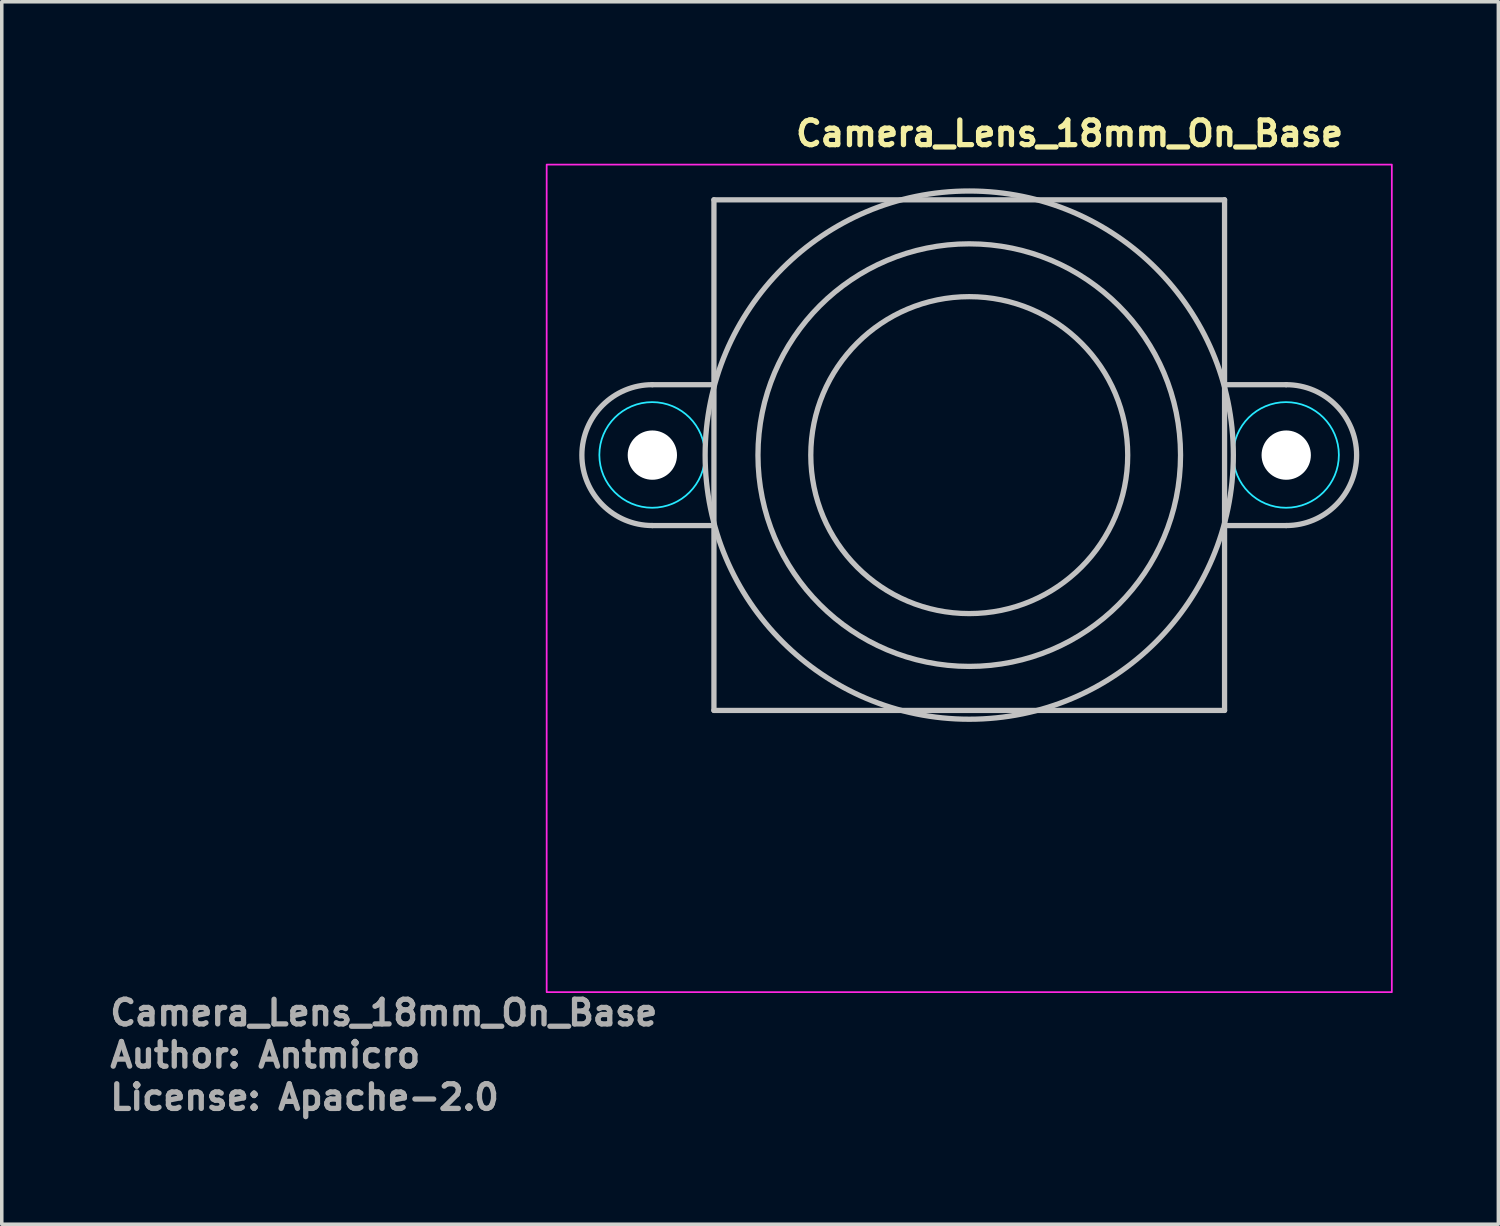
<source format=kicad_pcb>
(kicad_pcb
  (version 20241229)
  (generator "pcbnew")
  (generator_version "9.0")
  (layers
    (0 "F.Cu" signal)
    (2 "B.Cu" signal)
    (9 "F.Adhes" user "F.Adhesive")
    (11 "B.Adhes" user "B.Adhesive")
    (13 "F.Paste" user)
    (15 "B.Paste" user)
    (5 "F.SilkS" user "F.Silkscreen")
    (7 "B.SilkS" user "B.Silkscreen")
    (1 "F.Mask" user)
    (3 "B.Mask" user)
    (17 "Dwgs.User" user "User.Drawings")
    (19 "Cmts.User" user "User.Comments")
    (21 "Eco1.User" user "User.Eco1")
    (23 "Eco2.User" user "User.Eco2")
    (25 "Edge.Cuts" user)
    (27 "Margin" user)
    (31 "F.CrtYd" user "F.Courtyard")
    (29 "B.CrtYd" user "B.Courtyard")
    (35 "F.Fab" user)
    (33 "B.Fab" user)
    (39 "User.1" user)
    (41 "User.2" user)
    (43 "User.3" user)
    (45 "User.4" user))
  (footprint "Camera_Lens_18mm_On_Base"
    (layer "F.Cu")
    (at 12 8.599)
    (property "Reference" "Camera_Lens_18mm_On_Base" (at 7.474 -7.449 0) (layer "F.SilkS") (effects (font (size 0.7 0.7) (thickness 0.15)) (justify left bottom)))
    (attr exclude_from_bom)
    (fp_line (start 3.474 -0.725) (end 5.224 -0.725) (stroke (width 0.15) (type solid)) (layer "Dwgs.User"))
    (fp_line (start 3.474 3.275) (end 5.224 3.275) (stroke (width 0.15) (type solid)) (layer "Dwgs.User"))
    (fp_line (start 5.224 -5.975) (end 19.724 -5.975) (stroke (width 0.15) (type solid)) (layer "Dwgs.User"))
    (fp_line (start 5.224 8.525) (end 5.224 -5.975) (stroke (width 0.15) (type solid)) (layer "Dwgs.User"))
    (fp_line (start 19.724 -5.975) (end 19.724 8.525) (stroke (width 0.15) (type solid)) (layer "Dwgs.User"))
    (fp_line (start 19.724 8.525) (end 5.224 8.525) (stroke (width 0.15) (type solid)) (layer "Dwgs.User"))
    (fp_line (start 21.474 -0.725) (end 19.724 -0.725) (stroke (width 0.15) (type solid)) (layer "Dwgs.User"))
    (fp_line (start 21.474 3.275) (end 19.724 3.275) (stroke (width 0.15) (type solid)) (layer "Dwgs.User"))
    (fp_arc (start 3.474 3.275) (mid 1.474 1.275) (end 3.474 -0.725) (stroke (width 0.15) (type solid)) (layer "Dwgs.User"))
    (fp_arc (start 21.474 -0.725) (mid 23.474 1.275) (end 21.474 3.275) (stroke (width 0.15) (type solid)) (layer "Dwgs.User"))
    (fp_circle (center 12.474 1.275) (end 16.974 1.275) (stroke (width 0.15) (type solid)) (fill no) (layer "Dwgs.User"))
    (fp_circle (center 12.474 1.275) (end 18.474 1.275) (stroke (width 0.15) (type solid)) (fill no) (layer "Dwgs.User"))
    (fp_circle (center 12.474 1.275) (end 19.974 1.275) (stroke (width 0.15) (type solid)) (fill no) (layer "Dwgs.User"))
    (fp_circle (center 3.47 1.27) (end 4.97 1.27) (stroke (width 0.05) (type solid)) (fill no) (layer "B.CrtYd"))
    (fp_circle (center 21.47 1.27) (end 22.97 1.27) (stroke (width 0.05) (type solid)) (fill no) (layer "B.CrtYd"))
    (fp_rect (start 24.474 16.525) (end 0.474 -6.975) (stroke (width 0.05) (type solid)) (fill no) (layer "F.CrtYd"))
    (fp_rect (start 23.474 15.525) (end 1.474 -5.975) (stroke (width 0.1) (type solid)) (fill no) (layer "User.5"))
    (fp_line (start 1.474 1.275) (end 1.479 1.404) (stroke (width 0.02) (type solid)) (layer "User.9"))
    (fp_line (start 1.479 1.145) (end 1.474 1.275) (stroke (width 0.02) (type solid)) (layer "User.9"))
    (fp_line (start 1.479 1.404) (end 1.491 1.533) (stroke (width 0.02) (type solid)) (layer "User.9"))
    (fp_line (start 1.491 1.016) (end 1.479 1.145) (stroke (width 0.02) (type solid)) (layer "User.9"))
    (fp_line (start 1.491 1.533) (end 1.512 1.661) (stroke (width 0.02) (type solid)) (layer "User.9"))
    (fp_line (start 1.512 0.888) (end 1.491 1.016) (stroke (width 0.02) (type solid)) (layer "User.9"))
    (fp_line (start 1.512 1.661) (end 1.541 1.788) (stroke (width 0.02) (type solid)) (layer "User.9"))
    (fp_line (start 1.541 0.761) (end 1.512 0.888) (stroke (width 0.02) (type solid)) (layer "User.9"))
    (fp_line (start 1.541 1.788) (end 1.579 1.914) (stroke (width 0.02) (type solid)) (layer "User.9"))
    (fp_line (start 1.579 0.636) (end 1.541 0.761) (stroke (width 0.02) (type solid)) (layer "User.9"))
    (fp_line (start 1.579 1.914) (end 1.625 2.037) (stroke (width 0.02) (type solid)) (layer "User.9"))
    (fp_line (start 1.625 0.513) (end 1.579 0.636) (stroke (width 0.02) (type solid)) (layer "User.9"))
    (fp_line (start 1.625 2.037) (end 1.68 2.157) (stroke (width 0.02) (type solid)) (layer "User.9"))
    (fp_line (start 1.68 0.393) (end 1.625 0.513) (stroke (width 0.02) (type solid)) (layer "User.9"))
    (fp_line (start 1.68 2.157) (end 1.742 2.275) (stroke (width 0.02) (type solid)) (layer "User.9"))
    (fp_line (start 1.742 0.275) (end 1.68 0.393) (stroke (width 0.02) (type solid)) (layer "User.9"))
    (fp_line (start 1.742 0.275) (end 1.742 0.275) (stroke (width 0.02) (type solid)) (layer "User.9"))
    (fp_line (start 1.742 2.275) (end 1.742 2.275) (stroke (width 0.02) (type solid)) (layer "User.9"))
    (fp_line (start 1.742 2.275) (end 1.777 2.332) (stroke (width 0.02) (type solid)) (layer "User.9"))
    (fp_line (start 1.777 2.332) (end 1.813 2.388) (stroke (width 0.02) (type solid)) (layer "User.9"))
    (fp_line (start 1.813 0.162) (end 1.742 0.275) (stroke (width 0.02) (type solid)) (layer "User.9"))
    (fp_line (start 1.813 2.388) (end 1.851 2.443) (stroke (width 0.02) (type solid)) (layer "User.9"))
    (fp_line (start 1.851 2.443) (end 1.89 2.496) (stroke (width 0.02) (type solid)) (layer "User.9"))
    (fp_line (start 1.89 0.054) (end 1.813 0.162) (stroke (width 0.02) (type solid)) (layer "User.9"))
    (fp_line (start 1.89 2.496) (end 1.931 2.547) (stroke (width 0.02) (type solid)) (layer "User.9"))
    (fp_line (start 1.931 2.547) (end 1.974 2.597) (stroke (width 0.02) (type solid)) (layer "User.9"))
    (fp_line (start 1.974 -0.047) (end 1.89 0.054) (stroke (width 0.02) (type solid)) (layer "User.9"))
    (fp_line (start 1.974 2.597) (end 2.018 2.645) (stroke (width 0.02) (type solid)) (layer "User.9"))
    (fp_line (start 2.018 2.645) (end 2.063 2.692) (stroke (width 0.02) (type solid)) (layer "User.9"))
    (fp_line (start 2.063 -0.142) (end 1.974 -0.047) (stroke (width 0.02) (type solid)) (layer "User.9"))
    (fp_line (start 2.063 2.692) (end 2.11 2.737) (stroke (width 0.02) (type solid)) (layer "User.9"))
    (fp_line (start 2.11 2.737) (end 2.158 2.781) (stroke (width 0.02) (type solid)) (layer "User.9"))
    (fp_line (start 2.158 -0.231) (end 2.063 -0.142) (stroke (width 0.02) (type solid)) (layer "User.9"))
    (fp_line (start 2.158 2.781) (end 2.208 2.823) (stroke (width 0.02) (type solid)) (layer "User.9"))
    (fp_line (start 2.208 2.823) (end 2.259 2.863) (stroke (width 0.02) (type solid)) (layer "User.9"))
    (fp_line (start 2.259 -0.313) (end 2.158 -0.231) (stroke (width 0.02) (type solid)) (layer "User.9"))
    (fp_line (start 2.259 2.863) (end 2.311 2.902) (stroke (width 0.02) (type solid)) (layer "User.9"))
    (fp_line (start 2.311 2.902) (end 2.364 2.939) (stroke (width 0.02) (type solid)) (layer "User.9"))
    (fp_line (start 2.364 -0.389) (end 2.259 -0.313) (stroke (width 0.02) (type solid)) (layer "User.9"))
    (fp_line (start 2.364 2.939) (end 2.419 2.974) (stroke (width 0.02) (type solid)) (layer "User.9"))
    (fp_line (start 2.419 2.974) (end 2.474 3.007) (stroke (width 0.02) (type solid)) (layer "User.9"))
    (fp_line (start 2.474 -0.457) (end 2.364 -0.389) (stroke (width 0.02) (type solid)) (layer "User.9"))
    (fp_line (start 2.474 3.007) (end 2.531 3.038) (stroke (width 0.02) (type solid)) (layer "User.9"))
    (fp_line (start 2.531 3.038) (end 2.589 3.068) (stroke (width 0.02) (type solid)) (layer "User.9"))
    (fp_line (start 2.589 -0.518) (end 2.474 -0.457) (stroke (width 0.02) (type solid)) (layer "User.9"))
    (fp_line (start 2.589 3.068) (end 2.647 3.096) (stroke (width 0.02) (type solid)) (layer "User.9"))
    (fp_line (start 2.647 3.096) (end 2.707 3.122) (stroke (width 0.02) (type solid)) (layer "User.9"))
    (fp_line (start 2.707 -0.572) (end 2.589 -0.518) (stroke (width 0.02) (type solid)) (layer "User.9"))
    (fp_line (start 2.707 3.122) (end 2.767 3.146) (stroke (width 0.02) (type solid)) (layer "User.9"))
    (fp_line (start 2.767 3.146) (end 2.828 3.168) (stroke (width 0.02) (type solid)) (layer "User.9"))
    (fp_line (start 2.774 1.275) (end 2.774 1.275) (stroke (width 0.02) (type solid)) (layer "User.9"))
    (fp_line (start 2.774 1.275) (end 2.774 1.275) (stroke (width 0.02) (type solid)) (layer "User.9"))
    (fp_line (start 2.774 1.275) (end 2.775 1.311) (stroke (width 0.02) (type solid)) (layer "User.9"))
    (fp_line (start 2.775 1.239) (end 2.774 1.275) (stroke (width 0.02) (type solid)) (layer "User.9"))
    (fp_line (start 2.775 1.311) (end 2.778 1.346) (stroke (width 0.02) (type solid)) (layer "User.9"))
    (fp_line (start 2.778 1.203) (end 2.775 1.239) (stroke (width 0.02) (type solid)) (layer "User.9"))
    (fp_line (start 2.778 1.346) (end 2.782 1.381) (stroke (width 0.02) (type solid)) (layer "User.9"))
    (fp_line (start 2.782 1.168) (end 2.778 1.203) (stroke (width 0.02) (type solid)) (layer "User.9"))
    (fp_line (start 2.782 1.381) (end 2.789 1.416) (stroke (width 0.02) (type solid)) (layer "User.9"))
    (fp_line (start 2.789 1.134) (end 2.782 1.168) (stroke (width 0.02) (type solid)) (layer "User.9"))
    (fp_line (start 2.789 1.416) (end 2.796 1.45) (stroke (width 0.02) (type solid)) (layer "User.9"))
    (fp_line (start 2.796 1.1) (end 2.789 1.134) (stroke (width 0.02) (type solid)) (layer "User.9"))
    (fp_line (start 2.796 1.45) (end 2.806 1.483) (stroke (width 0.02) (type solid)) (layer "User.9"))
    (fp_line (start 2.806 1.067) (end 2.796 1.1) (stroke (width 0.02) (type solid)) (layer "User.9"))
    (fp_line (start 2.806 1.483) (end 2.817 1.516) (stroke (width 0.02) (type solid)) (layer "User.9"))
    (fp_line (start 2.817 1.034) (end 2.806 1.067) (stroke (width 0.02) (type solid)) (layer "User.9"))
    (fp_line (start 2.817 1.516) (end 2.829 1.547) (stroke (width 0.02) (type solid)) (layer "User.9"))
    (fp_line (start 2.828 -0.618) (end 2.707 -0.572) (stroke (width 0.02) (type solid)) (layer "User.9"))
    (fp_line (start 2.828 3.168) (end 2.89 3.188) (stroke (width 0.02) (type solid)) (layer "User.9"))
    (fp_line (start 2.829 1.002) (end 2.817 1.034) (stroke (width 0.02) (type solid)) (layer "User.9"))
    (fp_line (start 2.829 1.547) (end 2.843 1.578) (stroke (width 0.02) (type solid)) (layer "User.9"))
    (fp_line (start 2.843 0.971) (end 2.829 1.002) (stroke (width 0.02) (type solid)) (layer "User.9"))
    (fp_line (start 2.843 1.578) (end 2.859 1.609) (stroke (width 0.02) (type solid)) (layer "User.9"))
    (fp_line (start 2.859 0.941) (end 2.843 0.971) (stroke (width 0.02) (type solid)) (layer "User.9"))
    (fp_line (start 2.859 1.609) (end 2.876 1.638) (stroke (width 0.02) (type solid)) (layer "User.9"))
    (fp_line (start 2.876 0.912) (end 2.859 0.941) (stroke (width 0.02) (type solid)) (layer "User.9"))
    (fp_line (start 2.876 1.638) (end 2.894 1.666) (stroke (width 0.02) (type solid)) (layer "User.9"))
    (fp_line (start 2.89 3.188) (end 2.953 3.206) (stroke (width 0.02) (type solid)) (layer "User.9"))
    (fp_line (start 2.894 0.884) (end 2.876 0.912) (stroke (width 0.02) (type solid)) (layer "User.9"))
    (fp_line (start 2.894 1.666) (end 2.913 1.694) (stroke (width 0.02) (type solid)) (layer "User.9"))
    (fp_line (start 2.913 0.856) (end 2.894 0.884) (stroke (width 0.02) (type solid)) (layer "User.9"))
    (fp_line (start 2.913 1.694) (end 2.934 1.72) (stroke (width 0.02) (type solid)) (layer "User.9"))
    (fp_line (start 2.934 0.83) (end 2.913 0.856) (stroke (width 0.02) (type solid)) (layer "User.9"))
    (fp_line (start 2.934 1.72) (end 2.956 1.746) (stroke (width 0.02) (type solid)) (layer "User.9"))
    (fp_line (start 2.953 -0.656) (end 2.828 -0.618) (stroke (width 0.02) (type solid)) (layer "User.9"))
    (fp_line (start 2.953 3.206) (end 3.016 3.222) (stroke (width 0.02) (type solid)) (layer "User.9"))
    (fp_line (start 2.956 0.804) (end 2.934 0.83) (stroke (width 0.02) (type solid)) (layer "User.9"))
    (fp_line (start 2.956 1.746) (end 2.979 1.77) (stroke (width 0.02) (type solid)) (layer "User.9"))
    (fp_line (start 2.979 0.78) (end 2.956 0.804) (stroke (width 0.02) (type solid)) (layer "User.9"))
    (fp_line (start 2.979 1.77) (end 3.004 1.793) (stroke (width 0.02) (type solid)) (layer "User.9"))
    (fp_line (start 3.004 0.757) (end 2.979 0.78) (stroke (width 0.02) (type solid)) (layer "User.9"))
    (fp_line (start 3.004 1.793) (end 3.029 1.815) (stroke (width 0.02) (type solid)) (layer "User.9"))
    (fp_line (start 3.016 3.222) (end 3.08 3.236) (stroke (width 0.02) (type solid)) (layer "User.9"))
    (fp_line (start 3.029 0.735) (end 3.004 0.757) (stroke (width 0.02) (type solid)) (layer "User.9"))
    (fp_line (start 3.029 1.815) (end 3.056 1.836) (stroke (width 0.02) (type solid)) (layer "User.9"))
    (fp_line (start 3.056 0.714) (end 3.029 0.735) (stroke (width 0.02) (type solid)) (layer "User.9"))
    (fp_line (start 3.056 1.836) (end 3.083 1.855) (stroke (width 0.02) (type solid)) (layer "User.9"))
    (fp_line (start 3.08 -0.686) (end 2.953 -0.656) (stroke (width 0.02) (type solid)) (layer "User.9"))
    (fp_line (start 3.08 3.236) (end 3.144 3.248) (stroke (width 0.02) (type solid)) (layer "User.9"))
    (fp_line (start 3.083 0.694) (end 3.056 0.714) (stroke (width 0.02) (type solid)) (layer "User.9"))
    (fp_line (start 3.083 1.855) (end 3.111 1.874) (stroke (width 0.02) (type solid)) (layer "User.9"))
    (fp_line (start 3.111 0.676) (end 3.083 0.694) (stroke (width 0.02) (type solid)) (layer "User.9"))
    (fp_line (start 3.111 1.874) (end 3.141 1.89) (stroke (width 0.02) (type solid)) (layer "User.9"))
    (fp_line (start 3.141 0.659) (end 3.111 0.676) (stroke (width 0.02) (type solid)) (layer "User.9"))
    (fp_line (start 3.141 1.89) (end 3.171 1.906) (stroke (width 0.02) (type solid)) (layer "User.9"))
    (fp_line (start 3.144 3.248) (end 3.209 3.257) (stroke (width 0.02) (type solid)) (layer "User.9"))
    (fp_line (start 3.171 0.644) (end 3.141 0.659) (stroke (width 0.02) (type solid)) (layer "User.9"))
    (fp_line (start 3.171 1.906) (end 3.202 1.92) (stroke (width 0.02) (type solid)) (layer "User.9"))
    (fp_line (start 3.202 0.63) (end 3.171 0.644) (stroke (width 0.02) (type solid)) (layer "User.9"))
    (fp_line (start 3.202 1.92) (end 3.234 1.932) (stroke (width 0.02) (type solid)) (layer "User.9"))
    (fp_line (start 3.209 -0.708) (end 3.08 -0.686) (stroke (width 0.02) (type solid)) (layer "User.9"))
    (fp_line (start 3.209 3.257) (end 3.275 3.265) (stroke (width 0.02) (type solid)) (layer "User.9"))
    (fp_line (start 3.234 0.617) (end 3.202 0.63) (stroke (width 0.02) (type solid)) (layer "User.9"))
    (fp_line (start 3.234 1.932) (end 3.266 1.943) (stroke (width 0.02) (type solid)) (layer "User.9"))
    (fp_line (start 3.266 0.606) (end 3.234 0.617) (stroke (width 0.02) (type solid)) (layer "User.9"))
    (fp_line (start 3.266 1.943) (end 3.299 1.953) (stroke (width 0.02) (type solid)) (layer "User.9"))
    (fp_line (start 3.275 3.265) (end 3.341 3.27) (stroke (width 0.02) (type solid)) (layer "User.9"))
    (fp_line (start 3.299 0.597) (end 3.266 0.606) (stroke (width 0.02) (type solid)) (layer "User.9"))
    (fp_line (start 3.299 1.953) (end 3.333 1.961) (stroke (width 0.02) (type solid)) (layer "User.9"))
    (fp_line (start 3.333 0.589) (end 3.299 0.597) (stroke (width 0.02) (type solid)) (layer "User.9"))
    (fp_line (start 3.333 1.961) (end 3.368 1.967) (stroke (width 0.02) (type solid)) (layer "User.9"))
    (fp_line (start 3.341 -0.721) (end 3.209 -0.708) (stroke (width 0.02) (type solid)) (layer "User.9"))
    (fp_line (start 3.341 3.27) (end 3.408 3.274) (stroke (width 0.02) (type solid)) (layer "User.9"))
    (fp_line (start 3.368 0.583) (end 3.333 0.589) (stroke (width 0.02) (type solid)) (layer "User.9"))
    (fp_line (start 3.368 1.967) (end 3.403 1.971) (stroke (width 0.02) (type solid)) (layer "User.9"))
    (fp_line (start 3.403 0.578) (end 3.368 0.583) (stroke (width 0.02) (type solid)) (layer "User.9"))
    (fp_line (start 3.403 1.971) (end 3.438 1.974) (stroke (width 0.02) (type solid)) (layer "User.9"))
    (fp_line (start 3.408 3.274) (end 3.474 3.275) (stroke (width 0.02) (type solid)) (layer "User.9"))
    (fp_line (start 3.438 0.576) (end 3.403 0.578) (stroke (width 0.02) (type solid)) (layer "User.9"))
    (fp_line (start 3.438 1.974) (end 3.474 1.975) (stroke (width 0.02) (type solid)) (layer "User.9"))
    (fp_line (start 3.474 -0.725) (end 3.341 -0.721) (stroke (width 0.02) (type solid)) (layer "User.9"))
    (fp_line (start 3.474 0.575) (end 3.438 0.576) (stroke (width 0.02) (type solid)) (layer "User.9"))
    (fp_line (start 3.474 0.575) (end 3.474 0.575) (stroke (width 0.02) (type solid)) (layer "User.9"))
    (fp_line (start 3.474 1.975) (end 3.474 1.975) (stroke (width 0.02) (type solid)) (layer "User.9"))
    (fp_line (start 3.474 1.975) (end 3.51 1.974) (stroke (width 0.02) (type solid)) (layer "User.9"))
    (fp_line (start 3.474 3.275) (end 5.224 3.275) (stroke (width 0.02) (type solid)) (layer "User.9"))
    (fp_line (start 3.474 3.275) (end 5.766 3.275) (stroke (width 0.02) (type solid)) (layer "User.9"))
    (fp_line (start 3.51 0.576) (end 3.474 0.575) (stroke (width 0.02) (type solid)) (layer "User.9"))
    (fp_line (start 3.51 1.974) (end 3.546 1.971) (stroke (width 0.02) (type solid)) (layer "User.9"))
    (fp_line (start 3.546 0.578) (end 3.51 0.576) (stroke (width 0.02) (type solid)) (layer "User.9"))
    (fp_line (start 3.546 1.971) (end 3.581 1.967) (stroke (width 0.02) (type solid)) (layer "User.9"))
    (fp_line (start 3.581 0.583) (end 3.546 0.578) (stroke (width 0.02) (type solid)) (layer "User.9"))
    (fp_line (start 3.581 1.967) (end 3.615 1.961) (stroke (width 0.02) (type solid)) (layer "User.9"))
    (fp_line (start 3.615 0.589) (end 3.581 0.583) (stroke (width 0.02) (type solid)) (layer "User.9"))
    (fp_line (start 3.615 1.961) (end 3.649 1.953) (stroke (width 0.02) (type solid)) (layer "User.9"))
    (fp_line (start 3.649 0.597) (end 3.615 0.589) (stroke (width 0.02) (type solid)) (layer "User.9"))
    (fp_line (start 3.649 1.953) (end 3.683 1.943) (stroke (width 0.02) (type solid)) (layer "User.9"))
    (fp_line (start 3.683 0.606) (end 3.649 0.597) (stroke (width 0.02) (type solid)) (layer "User.9"))
    (fp_line (start 3.683 1.943) (end 3.715 1.932) (stroke (width 0.02) (type solid)) (layer "User.9"))
    (fp_line (start 3.715 0.617) (end 3.683 0.606) (stroke (width 0.02) (type solid)) (layer "User.9"))
    (fp_line (start 3.715 1.932) (end 3.747 1.92) (stroke (width 0.02) (type solid)) (layer "User.9"))
    (fp_line (start 3.747 0.63) (end 3.715 0.617) (stroke (width 0.02) (type solid)) (layer "User.9"))
    (fp_line (start 3.747 1.92) (end 3.778 1.906) (stroke (width 0.02) (type solid)) (layer "User.9"))
    (fp_line (start 3.778 0.644) (end 3.747 0.63) (stroke (width 0.02) (type solid)) (layer "User.9"))
    (fp_line (start 3.778 1.906) (end 3.808 1.89) (stroke (width 0.02) (type solid)) (layer "User.9"))
    (fp_line (start 3.808 0.659) (end 3.778 0.644) (stroke (width 0.02) (type solid)) (layer "User.9"))
    (fp_line (start 3.808 1.89) (end 3.837 1.874) (stroke (width 0.02) (type solid)) (layer "User.9"))
    (fp_line (start 3.837 0.676) (end 3.808 0.659) (stroke (width 0.02) (type solid)) (layer "User.9"))
    (fp_line (start 3.837 1.874) (end 3.866 1.855) (stroke (width 0.02) (type solid)) (layer "User.9"))
    (fp_line (start 3.866 0.694) (end 3.837 0.676) (stroke (width 0.02) (type solid)) (layer "User.9"))
    (fp_line (start 3.866 1.855) (end 3.893 1.836) (stroke (width 0.02) (type solid)) (layer "User.9"))
    (fp_line (start 3.893 0.714) (end 3.866 0.694) (stroke (width 0.02) (type solid)) (layer "User.9"))
    (fp_line (start 3.893 1.836) (end 3.92 1.815) (stroke (width 0.02) (type solid)) (layer "User.9"))
    (fp_line (start 3.92 0.735) (end 3.893 0.714) (stroke (width 0.02) (type solid)) (layer "User.9"))
    (fp_line (start 3.92 1.815) (end 3.945 1.793) (stroke (width 0.02) (type solid)) (layer "User.9"))
    (fp_line (start 3.945 0.757) (end 3.92 0.735) (stroke (width 0.02) (type solid)) (layer "User.9"))
    (fp_line (start 3.945 1.793) (end 3.969 1.77) (stroke (width 0.02) (type solid)) (layer "User.9"))
    (fp_line (start 3.969 0.78) (end 3.945 0.757) (stroke (width 0.02) (type solid)) (layer "User.9"))
    (fp_line (start 3.969 1.77) (end 3.993 1.746) (stroke (width 0.02) (type solid)) (layer "User.9"))
    (fp_line (start 3.993 0.804) (end 3.969 0.78) (stroke (width 0.02) (type solid)) (layer "User.9"))
    (fp_line (start 3.993 1.746) (end 4.015 1.72) (stroke (width 0.02) (type solid)) (layer "User.9"))
    (fp_line (start 4.015 0.83) (end 3.993 0.804) (stroke (width 0.02) (type solid)) (layer "User.9"))
    (fp_line (start 4.015 1.72) (end 4.035 1.694) (stroke (width 0.02) (type solid)) (layer "User.9"))
    (fp_line (start 4.035 0.856) (end 4.015 0.83) (stroke (width 0.02) (type solid)) (layer "User.9"))
    (fp_line (start 4.035 1.694) (end 4.055 1.666) (stroke (width 0.02) (type solid)) (layer "User.9"))
    (fp_line (start 4.055 0.884) (end 4.035 0.856) (stroke (width 0.02) (type solid)) (layer "User.9"))
    (fp_line (start 4.055 1.666) (end 4.073 1.638) (stroke (width 0.02) (type solid)) (layer "User.9"))
    (fp_line (start 4.073 0.912) (end 4.055 0.884) (stroke (width 0.02) (type solid)) (layer "User.9"))
    (fp_line (start 4.073 1.638) (end 4.09 1.609) (stroke (width 0.02) (type solid)) (layer "User.9"))
    (fp_line (start 4.09 0.941) (end 4.073 0.912) (stroke (width 0.02) (type solid)) (layer "User.9"))
    (fp_line (start 4.09 1.609) (end 4.105 1.578) (stroke (width 0.02) (type solid)) (layer "User.9"))
    (fp_line (start 4.105 0.971) (end 4.09 0.941) (stroke (width 0.02) (type solid)) (layer "User.9"))
    (fp_line (start 4.105 1.578) (end 4.119 1.547) (stroke (width 0.02) (type solid)) (layer "User.9"))
    (fp_line (start 4.119 1.002) (end 4.105 0.971) (stroke (width 0.02) (type solid)) (layer "User.9"))
    (fp_line (start 4.119 1.547) (end 4.132 1.516) (stroke (width 0.02) (type solid)) (layer "User.9"))
    (fp_line (start 4.132 1.034) (end 4.119 1.002) (stroke (width 0.02) (type solid)) (layer "User.9"))
    (fp_line (start 4.132 1.516) (end 4.143 1.483) (stroke (width 0.02) (type solid)) (layer "User.9"))
    (fp_line (start 4.143 1.067) (end 4.132 1.034) (stroke (width 0.02) (type solid)) (layer "User.9"))
    (fp_line (start 4.143 1.483) (end 4.152 1.45) (stroke (width 0.02) (type solid)) (layer "User.9"))
    (fp_line (start 4.152 1.1) (end 4.143 1.067) (stroke (width 0.02) (type solid)) (layer "User.9"))
    (fp_line (start 4.152 1.45) (end 4.16 1.416) (stroke (width 0.02) (type solid)) (layer "User.9"))
    (fp_line (start 4.16 1.134) (end 4.152 1.1) (stroke (width 0.02) (type solid)) (layer "User.9"))
    (fp_line (start 4.16 1.416) (end 4.166 1.381) (stroke (width 0.02) (type solid)) (layer "User.9"))
    (fp_line (start 4.166 1.168) (end 4.16 1.134) (stroke (width 0.02) (type solid)) (layer "User.9"))
    (fp_line (start 4.166 1.381) (end 4.171 1.346) (stroke (width 0.02) (type solid)) (layer "User.9"))
    (fp_line (start 4.171 1.203) (end 4.166 1.168) (stroke (width 0.02) (type solid)) (layer "User.9"))
    (fp_line (start 4.171 1.346) (end 4.173 1.311) (stroke (width 0.02) (type solid)) (layer "User.9"))
    (fp_line (start 4.173 1.239) (end 4.171 1.203) (stroke (width 0.02) (type solid)) (layer "User.9"))
    (fp_line (start 4.173 1.311) (end 4.174 1.275) (stroke (width 0.02) (type solid)) (layer "User.9"))
    (fp_line (start 4.174 1.275) (end 4.173 1.239) (stroke (width 0.02) (type solid)) (layer "User.9"))
    (fp_line (start 4.174 1.275) (end 4.174 1.275) (stroke (width 0.02) (type solid)) (layer "User.9"))
    (fp_line (start 5.224 -5.975) (end 5.224 -0.725) (stroke (width 0.02) (type solid)) (layer "User.9"))
    (fp_line (start 5.224 -0.725) (end 3.474 -0.725) (stroke (width 0.02) (type solid)) (layer "User.9"))
    (fp_line (start 5.224 3.275) (end 3.474 3.275) (stroke (width 0.02) (type solid)) (layer "User.9"))
    (fp_line (start 5.224 3.275) (end 5.224 8.525) (stroke (width 0.02) (type solid)) (layer "User.9"))
    (fp_line (start 5.224 8.525) (end 19.724 8.525) (stroke (width 0.02) (type solid)) (layer "User.9"))
    (fp_line (start 5.224 15.525) (end 5.224 8.525) (stroke (width 0.02) (type solid)) (layer "User.9"))
    (fp_line (start 5.474 1.275) (end 5.489 0.822) (stroke (width 0.02) (type solid)) (layer "User.9"))
    (fp_line (start 5.489 0.822) (end 5.533 0.37) (stroke (width 0.02) (type solid)) (layer "User.9"))
    (fp_line (start 5.489 1.728) (end 5.474 1.275) (stroke (width 0.02) (type solid)) (layer "User.9"))
    (fp_line (start 5.533 0.37) (end 5.606 -0.078) (stroke (width 0.02) (type solid)) (layer "User.9"))
    (fp_line (start 5.533 2.179) (end 5.489 1.728) (stroke (width 0.02) (type solid)) (layer "User.9"))
    (fp_line (start 5.606 -0.078) (end 5.709 -0.522) (stroke (width 0.02) (type solid)) (layer "User.9"))
    (fp_line (start 5.606 2.628) (end 5.533 2.179) (stroke (width 0.02) (type solid)) (layer "User.9"))
    (fp_line (start 5.709 -0.522) (end 5.841 -0.96) (stroke (width 0.02) (type solid)) (layer "User.9"))
    (fp_line (start 5.709 3.072) (end 5.606 2.628) (stroke (width 0.02) (type solid)) (layer "User.9"))
    (fp_line (start 5.766 -0.725) (end 3.474 -0.725) (stroke (width 0.02) (type solid)) (layer "User.9"))
    (fp_line (start 5.841 -0.96) (end 6.002 -1.391) (stroke (width 0.02) (type solid)) (layer "User.9"))
    (fp_line (start 5.841 3.51) (end 5.709 3.072) (stroke (width 0.02) (type solid)) (layer "User.9"))
    (fp_line (start 5.974 -5.225) (end 5.974 -1.323) (stroke (width 0.02) (type solid)) (layer "User.9"))
    (fp_line (start 5.974 3.873) (end 5.974 7.775) (stroke (width 0.02) (type solid)) (layer "User.9"))
    (fp_line (start 5.974 7.775) (end 9.876 7.775) (stroke (width 0.02) (type solid)) (layer "User.9"))
    (fp_line (start 6.002 -1.391) (end 6.192 -1.813) (stroke (width 0.02) (type solid)) (layer "User.9"))
    (fp_line (start 6.002 3.941) (end 5.841 3.51) (stroke (width 0.02) (type solid)) (layer "User.9"))
    (fp_line (start 6.192 -1.813) (end 6.412 -2.225) (stroke (width 0.02) (type solid)) (layer "User.9"))
    (fp_line (start 6.192 4.363) (end 6.002 3.941) (stroke (width 0.02) (type solid)) (layer "User.9"))
    (fp_line (start 6.412 -2.225) (end 6.412 -2.225) (stroke (width 0.02) (type solid)) (layer "User.9"))
    (fp_line (start 6.412 -2.225) (end 6.533 -2.426) (stroke (width 0.02) (type solid)) (layer "User.9"))
    (fp_line (start 6.412 4.775) (end 6.192 4.363) (stroke (width 0.02) (type solid)) (layer "User.9"))
    (fp_line (start 6.412 4.775) (end 6.412 4.775) (stroke (width 0.02) (type solid)) (layer "User.9"))
    (fp_line (start 6.474 11.025) (end 7.724 11.025) (stroke (width 0.02) (type solid)) (layer "User.9"))
    (fp_line (start 6.474 13.525) (end 6.474 11.025) (stroke (width 0.02) (type solid)) (layer "User.9"))
    (fp_line (start 6.533 -2.426) (end 6.659 -2.621) (stroke (width 0.02) (type solid)) (layer "User.9"))
    (fp_line (start 6.659 -2.621) (end 6.791 -2.812) (stroke (width 0.02) (type solid)) (layer "User.9"))
    (fp_line (start 6.659 5.171) (end 6.412 4.775) (stroke (width 0.02) (type solid)) (layer "User.9"))
    (fp_line (start 6.791 -2.812) (end 6.929 -2.997) (stroke (width 0.02) (type solid)) (layer "User.9"))
    (fp_line (start 6.929 -2.997) (end 7.073 -3.178) (stroke (width 0.02) (type solid)) (layer "User.9"))
    (fp_line (start 6.929 5.547) (end 6.659 5.171) (stroke (width 0.02) (type solid)) (layer "User.9"))
    (fp_line (start 7.073 -3.178) (end 7.222 -3.352) (stroke (width 0.02) (type solid)) (layer "User.9"))
    (fp_line (start 7.222 -3.352) (end 7.376 -3.522) (stroke (width 0.02) (type solid)) (layer "User.9"))
    (fp_line (start 7.222 5.902) (end 6.929 5.547) (stroke (width 0.02) (type solid)) (layer "User.9"))
    (fp_line (start 7.376 -3.522) (end 7.535 -3.686) (stroke (width 0.02) (type solid)) (layer "User.9"))
    (fp_line (start 7.535 -3.686) (end 7.7 -3.844) (stroke (width 0.02) (type solid)) (layer "User.9"))
    (fp_line (start 7.535 6.235) (end 7.222 5.902) (stroke (width 0.02) (type solid)) (layer "User.9"))
    (fp_line (start 7.7 -3.844) (end 7.869 -3.997) (stroke (width 0.02) (type solid)) (layer "User.9"))
    (fp_line (start 7.724 10.339) (end 7.724 8.525) (stroke (width 0.02) (type solid)) (layer "User.9"))
    (fp_line (start 7.724 10.339) (end 7.724 10.339) (stroke (width 0.02) (type solid)) (layer "User.9"))
    (fp_line (start 7.724 11.871) (end 7.724 10.339) (stroke (width 0.02) (type solid)) (layer "User.9"))
    (fp_line (start 7.724 11.871) (end 7.724 11.871) (stroke (width 0.02) (type solid)) (layer "User.9"))
    (fp_line (start 7.724 12.873) (end 7.724 11.871) (stroke (width 0.02) (type solid)) (layer "User.9"))
    (fp_line (start 7.724 12.873) (end 7.724 12.873) (stroke (width 0.02) (type solid)) (layer "User.9"))
    (fp_line (start 7.724 13.525) (end 7.724 12.873) (stroke (width 0.02) (type solid)) (layer "User.9"))
    (fp_line (start 7.869 -3.997) (end 8.042 -4.143) (stroke (width 0.02) (type solid)) (layer "User.9"))
    (fp_line (start 7.869 6.546) (end 7.535 6.235) (stroke (width 0.02) (type solid)) (layer "User.9"))
    (fp_line (start 8.042 -4.143) (end 8.22 -4.284) (stroke (width 0.02) (type solid)) (layer "User.9"))
    (fp_line (start 8.22 -4.284) (end 8.403 -4.419) (stroke (width 0.02) (type solid)) (layer "User.9"))
    (fp_line (start 8.22 6.834) (end 7.869 6.546) (stroke (width 0.02) (type solid)) (layer "User.9"))
    (fp_line (start 8.403 -4.419) (end 8.589 -4.548) (stroke (width 0.02) (type solid)) (layer "User.9"))
    (fp_line (start 8.589 -4.548) (end 8.78 -4.671) (stroke (width 0.02) (type solid)) (layer "User.9"))
    (fp_line (start 8.589 7.098) (end 8.22 6.834) (stroke (width 0.02) (type solid)) (layer "User.9"))
    (fp_line (start 8.724 1.275) (end 8.729 1.461) (stroke (width 0.02) (type solid)) (layer "User.9"))
    (fp_line (start 8.724 1.275) (end 8.729 1.461) (stroke (width 0.02) (type solid)) (layer "User.9"))
    (fp_line (start 8.729 1.082) (end 8.724 1.275) (stroke (width 0.02) (type solid)) (layer "User.9"))
    (fp_line (start 8.729 1.082) (end 8.724 1.275) (stroke (width 0.02) (type solid)) (layer "User.9"))
    (fp_line (start 8.729 1.461) (end 8.743 1.646) (stroke (width 0.02) (type solid)) (layer "User.9"))
    (fp_line (start 8.729 1.461) (end 8.743 1.646) (stroke (width 0.02) (type solid)) (layer "User.9"))
    (fp_line (start 8.743 1.646) (end 8.765 1.829) (stroke (width 0.02) (type solid)) (layer "User.9"))
    (fp_line (start 8.743 1.646) (end 8.765 1.829) (stroke (width 0.02) (type solid)) (layer "User.9"))
    (fp_line (start 8.744 0.891) (end 8.729 1.082) (stroke (width 0.02) (type solid)) (layer "User.9"))
    (fp_line (start 8.744 0.891) (end 8.729 1.082) (stroke (width 0.02) (type solid)) (layer "User.9"))
    (fp_line (start 8.765 1.829) (end 8.797 2.01) (stroke (width 0.02) (type solid)) (layer "User.9"))
    (fp_line (start 8.765 1.829) (end 8.797 2.01) (stroke (width 0.02) (type solid)) (layer "User.9"))
    (fp_line (start 8.768 0.704) (end 8.744 0.891) (stroke (width 0.02) (type solid)) (layer "User.9"))
    (fp_line (start 8.768 0.704) (end 8.744 0.891) (stroke (width 0.02) (type solid)) (layer "User.9"))
    (fp_line (start 8.78 -4.671) (end 8.974 -4.787) (stroke (width 0.02) (type solid)) (layer "User.9"))
    (fp_line (start 8.797 2.01) (end 8.837 2.189) (stroke (width 0.02) (type solid)) (layer "User.9"))
    (fp_line (start 8.797 2.01) (end 8.837 2.189) (stroke (width 0.02) (type solid)) (layer "User.9"))
    (fp_line (start 8.801 0.519) (end 8.768 0.704) (stroke (width 0.02) (type solid)) (layer "User.9"))
    (fp_line (start 8.801 0.519) (end 8.768 0.704) (stroke (width 0.02) (type solid)) (layer "User.9"))
    (fp_line (start 8.837 2.189) (end 8.886 2.366) (stroke (width 0.02) (type solid)) (layer "User.9"))
    (fp_line (start 8.837 2.189) (end 8.886 2.366) (stroke (width 0.02) (type solid)) (layer "User.9"))
    (fp_line (start 8.843 0.338) (end 8.801 0.519) (stroke (width 0.02) (type solid)) (layer "User.9"))
    (fp_line (start 8.843 0.338) (end 8.801 0.519) (stroke (width 0.02) (type solid)) (layer "User.9"))
    (fp_line (start 8.886 2.366) (end 8.944 2.539) (stroke (width 0.02) (type solid)) (layer "User.9"))
    (fp_line (start 8.886 2.366) (end 8.944 2.539) (stroke (width 0.02) (type solid)) (layer "User.9"))
    (fp_line (start 8.893 0.16) (end 8.843 0.338) (stroke (width 0.02) (type solid)) (layer "User.9"))
    (fp_line (start 8.893 0.16) (end 8.843 0.338) (stroke (width 0.02) (type solid)) (layer "User.9"))
    (fp_line (start 8.944 2.539) (end 9.01 2.71) (stroke (width 0.02) (type solid)) (layer "User.9"))
    (fp_line (start 8.944 2.539) (end 9.01 2.71) (stroke (width 0.02) (type solid)) (layer "User.9"))
    (fp_line (start 8.952 -0.015) (end 8.893 0.16) (stroke (width 0.02) (type solid)) (layer "User.9"))
    (fp_line (start 8.952 -0.015) (end 8.893 0.16) (stroke (width 0.02) (type solid)) (layer "User.9"))
    (fp_line (start 8.974 -4.787) (end 9.172 -4.897) (stroke (width 0.02) (type solid)) (layer "User.9"))
    (fp_line (start 8.974 7.337) (end 8.589 7.098) (stroke (width 0.02) (type solid)) (layer "User.9"))
    (fp_line (start 9.01 2.71) (end 9.084 2.877) (stroke (width 0.02) (type solid)) (layer "User.9"))
    (fp_line (start 9.01 2.71) (end 9.084 2.877) (stroke (width 0.02) (type solid)) (layer "User.9"))
    (fp_line (start 9.02 -0.185) (end 8.952 -0.015) (stroke (width 0.02) (type solid)) (layer "User.9"))
    (fp_line (start 9.02 -0.185) (end 8.952 -0.015) (stroke (width 0.02) (type solid)) (layer "User.9"))
    (fp_line (start 9.084 2.877) (end 9.166 3.041) (stroke (width 0.02) (type solid)) (layer "User.9"))
    (fp_line (start 9.084 2.877) (end 9.166 3.041) (stroke (width 0.02) (type solid)) (layer "User.9"))
    (fp_line (start 9.095 -0.351) (end 9.02 -0.185) (stroke (width 0.02) (type solid)) (layer "User.9"))
    (fp_line (start 9.095 -0.351) (end 9.02 -0.185) (stroke (width 0.02) (type solid)) (layer "User.9"))
    (fp_line (start 9.166 3.041) (end 9.256 3.2) (stroke (width 0.02) (type solid)) (layer "User.9"))
    (fp_line (start 9.166 3.041) (end 9.256 3.2) (stroke (width 0.02) (type solid)) (layer "User.9"))
    (fp_line (start 9.172 -4.897) (end 9.374 -5.001) (stroke (width 0.02) (type solid)) (layer "User.9"))
    (fp_line (start 9.178 -0.513) (end 9.095 -0.351) (stroke (width 0.02) (type solid)) (layer "User.9"))
    (fp_line (start 9.178 -0.513) (end 9.095 -0.351) (stroke (width 0.02) (type solid)) (layer "User.9"))
    (fp_line (start 9.256 3.2) (end 9.354 3.355) (stroke (width 0.02) (type solid)) (layer "User.9"))
    (fp_line (start 9.256 3.2) (end 9.354 3.355) (stroke (width 0.02) (type solid)) (layer "User.9"))
    (fp_line (start 9.268 -0.67) (end 9.178 -0.513) (stroke (width 0.02) (type solid)) (layer "User.9"))
    (fp_line (start 9.268 -0.67) (end 9.178 -0.513) (stroke (width 0.02) (type solid)) (layer "User.9"))
    (fp_line (start 9.354 3.355) (end 9.46 3.506) (stroke (width 0.02) (type solid)) (layer "User.9"))
    (fp_line (start 9.354 3.355) (end 9.46 3.506) (stroke (width 0.02) (type solid)) (layer "User.9"))
    (fp_line (start 9.365 -0.822) (end 9.268 -0.67) (stroke (width 0.02) (type solid)) (layer "User.9"))
    (fp_line (start 9.365 -0.822) (end 9.268 -0.67) (stroke (width 0.02) (type solid)) (layer "User.9"))
    (fp_line (start 9.374 -5.001) (end 9.579 -5.098) (stroke (width 0.02) (type solid)) (layer "User.9"))
    (fp_line (start 9.374 7.551) (end 8.974 7.337) (stroke (width 0.02) (type solid)) (layer "User.9"))
    (fp_line (start 9.46 3.506) (end 9.574 3.651) (stroke (width 0.02) (type solid)) (layer "User.9"))
    (fp_line (start 9.46 3.506) (end 9.574 3.651) (stroke (width 0.02) (type solid)) (layer "User.9"))
    (fp_line (start 9.47 -0.969) (end 9.365 -0.822) (stroke (width 0.02) (type solid)) (layer "User.9"))
    (fp_line (start 9.47 -0.969) (end 9.365 -0.822) (stroke (width 0.02) (type solid)) (layer "User.9"))
    (fp_line (start 9.574 3.651) (end 9.695 3.792) (stroke (width 0.02) (type solid)) (layer "User.9"))
    (fp_line (start 9.574 3.651) (end 9.695 3.792) (stroke (width 0.02) (type solid)) (layer "User.9"))
    (fp_line (start 9.579 -5.098) (end 9.787 -5.189) (stroke (width 0.02) (type solid)) (layer "User.9"))
    (fp_line (start 9.581 -1.11) (end 9.47 -0.969) (stroke (width 0.02) (type solid)) (layer "User.9"))
    (fp_line (start 9.581 -1.11) (end 9.47 -0.969) (stroke (width 0.02) (type solid)) (layer "User.9"))
    (fp_line (start 9.695 3.792) (end 9.823 3.927) (stroke (width 0.02) (type solid)) (layer "User.9"))
    (fp_line (start 9.695 3.792) (end 9.823 3.927) (stroke (width 0.02) (type solid)) (layer "User.9"))
    (fp_line (start 9.699 -1.246) (end 9.581 -1.11) (stroke (width 0.02) (type solid)) (layer "User.9"))
    (fp_line (start 9.699 -1.246) (end 9.581 -1.11) (stroke (width 0.02) (type solid)) (layer "User.9"))
    (fp_line (start 9.787 -5.189) (end 9.998 -5.273) (stroke (width 0.02) (type solid)) (layer "User.9"))
    (fp_line (start 9.787 7.739) (end 9.374 7.551) (stroke (width 0.02) (type solid)) (layer "User.9"))
    (fp_line (start 9.823 -1.376) (end 9.699 -1.246) (stroke (width 0.02) (type solid)) (layer "User.9"))
    (fp_line (start 9.823 -1.376) (end 9.699 -1.246) (stroke (width 0.02) (type solid)) (layer "User.9"))
    (fp_line (start 9.823 3.927) (end 9.823 3.927) (stroke (width 0.02) (type solid)) (layer "User.9"))
    (fp_line (start 9.823 3.927) (end 9.823 3.927) (stroke (width 0.02) (type solid)) (layer "User.9"))
    (fp_line (start 9.823 3.927) (end 9.957 4.055) (stroke (width 0.02) (type solid)) (layer "User.9"))
    (fp_line (start 9.823 3.927) (end 9.957 4.055) (stroke (width 0.02) (type solid)) (layer "User.9"))
    (fp_line (start 9.876 -5.225) (end 5.974 -5.225) (stroke (width 0.02) (type solid)) (layer "User.9"))
    (fp_line (start 9.954 -1.501) (end 9.823 -1.376) (stroke (width 0.02) (type solid)) (layer "User.9"))
    (fp_line (start 9.954 -1.501) (end 9.823 -1.376) (stroke (width 0.02) (type solid)) (layer "User.9"))
    (fp_line (start 9.957 4.055) (end 10.098 4.176) (stroke (width 0.02) (type solid)) (layer "User.9"))
    (fp_line (start 9.957 4.055) (end 10.098 4.176) (stroke (width 0.02) (type solid)) (layer "User.9"))
    (fp_line (start 9.998 -5.273) (end 10.212 -5.35) (stroke (width 0.02) (type solid)) (layer "User.9"))
    (fp_line (start 10.09 -1.618) (end 9.954 -1.501) (stroke (width 0.02) (type solid)) (layer "User.9"))
    (fp_line (start 10.09 -1.618) (end 9.954 -1.501) (stroke (width 0.02) (type solid)) (layer "User.9"))
    (fp_line (start 10.098 4.176) (end 10.243 4.289) (stroke (width 0.02) (type solid)) (layer "User.9"))
    (fp_line (start 10.098 4.176) (end 10.243 4.289) (stroke (width 0.02) (type solid)) (layer "User.9"))
    (fp_line (start 10.212 -5.35) (end 10.429 -5.42) (stroke (width 0.02) (type solid)) (layer "User.9"))
    (fp_line (start 10.212 7.899) (end 9.787 7.739) (stroke (width 0.02) (type solid)) (layer "User.9"))
    (fp_line (start 10.231 -1.73) (end 10.09 -1.618) (stroke (width 0.02) (type solid)) (layer "User.9"))
    (fp_line (start 10.231 -1.73) (end 10.09 -1.618) (stroke (width 0.02) (type solid)) (layer "User.9"))
    (fp_line (start 10.243 4.289) (end 10.394 4.395) (stroke (width 0.02) (type solid)) (layer "User.9"))
    (fp_line (start 10.243 4.289) (end 10.394 4.395) (stroke (width 0.02) (type solid)) (layer "User.9"))
    (fp_line (start 10.378 -1.834) (end 10.231 -1.73) (stroke (width 0.02) (type solid)) (layer "User.9"))
    (fp_line (start 10.378 -1.834) (end 10.231 -1.73) (stroke (width 0.02) (type solid)) (layer "User.9"))
    (fp_line (start 10.394 4.395) (end 10.549 4.493) (stroke (width 0.02) (type solid)) (layer "User.9"))
    (fp_line (start 10.394 4.395) (end 10.549 4.493) (stroke (width 0.02) (type solid)) (layer "User.9"))
    (fp_line (start 10.429 -5.42) (end 10.648 -5.483) (stroke (width 0.02) (type solid)) (layer "User.9"))
    (fp_line (start 10.531 -1.932) (end 10.378 -1.834) (stroke (width 0.02) (type solid)) (layer "User.9"))
    (fp_line (start 10.531 -1.932) (end 10.378 -1.834) (stroke (width 0.02) (type solid)) (layer "User.9"))
    (fp_line (start 10.549 4.493) (end 10.709 4.583) (stroke (width 0.02) (type solid)) (layer "User.9"))
    (fp_line (start 10.549 4.493) (end 10.709 4.583) (stroke (width 0.02) (type solid)) (layer "User.9"))
    (fp_line (start 10.648 -5.483) (end 10.87 -5.539) (stroke (width 0.02) (type solid)) (layer "User.9"))
    (fp_line (start 10.648 8.033) (end 10.212 7.899) (stroke (width 0.02) (type solid)) (layer "User.9"))
    (fp_line (start 10.688 -2.022) (end 10.531 -1.932) (stroke (width 0.02) (type solid)) (layer "User.9"))
    (fp_line (start 10.688 -2.022) (end 10.531 -1.932) (stroke (width 0.02) (type solid)) (layer "User.9"))
    (fp_line (start 10.709 4.583) (end 10.872 4.665) (stroke (width 0.02) (type solid)) (layer "User.9"))
    (fp_line (start 10.709 4.583) (end 10.872 4.665) (stroke (width 0.02) (type solid)) (layer "User.9"))
    (fp_line (start 10.849 -2.105) (end 10.688 -2.022) (stroke (width 0.02) (type solid)) (layer "User.9"))
    (fp_line (start 10.849 -2.105) (end 10.688 -2.022) (stroke (width 0.02) (type solid)) (layer "User.9"))
    (fp_line (start 10.87 -5.539) (end 11.093 -5.588) (stroke (width 0.02) (type solid)) (layer "User.9"))
    (fp_line (start 10.872 4.665) (end 11.039 4.739) (stroke (width 0.02) (type solid)) (layer "User.9"))
    (fp_line (start 10.872 4.665) (end 11.039 4.739) (stroke (width 0.02) (type solid)) (layer "User.9"))
    (fp_line (start 11.015 -2.18) (end 10.849 -2.105) (stroke (width 0.02) (type solid)) (layer "User.9"))
    (fp_line (start 11.015 -2.18) (end 10.849 -2.105) (stroke (width 0.02) (type solid)) (layer "User.9"))
    (fp_line (start 11.039 4.739) (end 11.21 4.805) (stroke (width 0.02) (type solid)) (layer "User.9"))
    (fp_line (start 11.039 4.739) (end 11.21 4.805) (stroke (width 0.02) (type solid)) (layer "User.9"))
    (fp_line (start 11.093 -5.588) (end 11.319 -5.629) (stroke (width 0.02) (type solid)) (layer "User.9"))
    (fp_line (start 11.093 8.137) (end 10.648 8.033) (stroke (width 0.02) (type solid)) (layer "User.9"))
    (fp_line (start 11.186 -2.247) (end 11.015 -2.18) (stroke (width 0.02) (type solid)) (layer "User.9"))
    (fp_line (start 11.186 -2.247) (end 11.015 -2.18) (stroke (width 0.02) (type solid)) (layer "User.9"))
    (fp_line (start 11.21 4.805) (end 11.384 4.863) (stroke (width 0.02) (type solid)) (layer "User.9"))
    (fp_line (start 11.21 4.805) (end 11.384 4.863) (stroke (width 0.02) (type solid)) (layer "User.9"))
    (fp_line (start 11.319 -5.629) (end 11.547 -5.664) (stroke (width 0.02) (type solid)) (layer "User.9"))
    (fp_line (start 11.36 -2.306) (end 11.186 -2.247) (stroke (width 0.02) (type solid)) (layer "User.9"))
    (fp_line (start 11.36 -2.306) (end 11.186 -2.247) (stroke (width 0.02) (type solid)) (layer "User.9"))
    (fp_line (start 11.384 4.863) (end 11.56 4.912) (stroke (width 0.02) (type solid)) (layer "User.9"))
    (fp_line (start 11.384 4.863) (end 11.56 4.912) (stroke (width 0.02) (type solid)) (layer "User.9"))
    (fp_line (start 11.538 -2.356) (end 11.36 -2.306) (stroke (width 0.02) (type solid)) (layer "User.9"))
    (fp_line (start 11.538 -2.356) (end 11.36 -2.306) (stroke (width 0.02) (type solid)) (layer "User.9"))
    (fp_line (start 11.547 -5.664) (end 11.777 -5.69) (stroke (width 0.02) (type solid)) (layer "User.9"))
    (fp_line (start 11.547 8.213) (end 11.093 8.137) (stroke (width 0.02) (type solid)) (layer "User.9"))
    (fp_line (start 11.56 4.912) (end 11.739 4.952) (stroke (width 0.02) (type solid)) (layer "User.9"))
    (fp_line (start 11.56 4.912) (end 11.739 4.952) (stroke (width 0.02) (type solid)) (layer "User.9"))
    (fp_line (start 11.719 -2.398) (end 11.538 -2.356) (stroke (width 0.02) (type solid)) (layer "User.9"))
    (fp_line (start 11.719 -2.398) (end 11.538 -2.356) (stroke (width 0.02) (type solid)) (layer "User.9"))
    (fp_line (start 11.739 4.952) (end 11.921 4.984) (stroke (width 0.02) (type solid)) (layer "User.9"))
    (fp_line (start 11.739 4.952) (end 11.921 4.984) (stroke (width 0.02) (type solid)) (layer "User.9"))
    (fp_line (start 11.777 -5.69) (end 12.008 -5.71) (stroke (width 0.02) (type solid)) (layer "User.9"))
    (fp_line (start 11.904 -2.431) (end 11.719 -2.398) (stroke (width 0.02) (type solid)) (layer "User.9"))
    (fp_line (start 11.904 -2.431) (end 11.719 -2.398) (stroke (width 0.02) (type solid)) (layer "User.9"))
    (fp_line (start 11.921 4.984) (end 12.104 5.007) (stroke (width 0.02) (type solid)) (layer "User.9"))
    (fp_line (start 11.921 4.984) (end 12.104 5.007) (stroke (width 0.02) (type solid)) (layer "User.9"))
    (fp_line (start 12.008 -5.71) (end 12.241 -5.721) (stroke (width 0.02) (type solid)) (layer "User.9"))
    (fp_line (start 12.008 8.259) (end 11.547 8.213) (stroke (width 0.02) (type solid)) (layer "User.9"))
    (fp_line (start 12.092 -2.455) (end 11.904 -2.431) (stroke (width 0.02) (type solid)) (layer "User.9"))
    (fp_line (start 12.092 -2.455) (end 11.904 -2.431) (stroke (width 0.02) (type solid)) (layer "User.9"))
    (fp_line (start 12.104 5.007) (end 12.288 5.02) (stroke (width 0.02) (type solid)) (layer "User.9"))
    (fp_line (start 12.104 5.007) (end 12.288 5.02) (stroke (width 0.02) (type solid)) (layer "User.9"))
    (fp_line (start 12.241 -5.721) (end 12.474 -5.725) (stroke (width 0.02) (type solid)) (layer "User.9"))
    (fp_line (start 12.282 -2.469) (end 12.092 -2.455) (stroke (width 0.02) (type solid)) (layer "User.9"))
    (fp_line (start 12.282 -2.469) (end 12.092 -2.455) (stroke (width 0.02) (type solid)) (layer "User.9"))
    (fp_line (start 12.288 5.02) (end 12.474 5.025) (stroke (width 0.02) (type solid)) (layer "User.9"))
    (fp_line (start 12.288 5.02) (end 12.474 5.025) (stroke (width 0.02) (type solid)) (layer "User.9"))
    (fp_line (start 12.474 -5.725) (end 12.941 -5.71) (stroke (width 0.02) (type solid)) (layer "User.9"))
    (fp_line (start 12.474 5.025) (end 12.66 5.02) (stroke (width 0.02) (type solid)) (layer "User.9"))
    (fp_line (start 12.474 5.025) (end 12.66 5.02) (stroke (width 0.02) (type solid)) (layer "User.9"))
    (fp_line (start 12.474 8.275) (end 12.008 8.259) (stroke (width 0.02) (type solid)) (layer "User.9"))
    (fp_line (start 12.475 -2.474) (end 12.282 -2.469) (stroke (width 0.02) (type solid)) (layer "User.9"))
    (fp_line (start 12.475 -2.474) (end 12.282 -2.469) (stroke (width 0.02) (type solid)) (layer "User.9"))
    (fp_line (start 12.475 -2.474) (end 12.475 -2.474) (stroke (width 0.02) (type solid)) (layer "User.9"))
    (fp_line (start 12.475 -2.474) (end 12.475 -2.474) (stroke (width 0.02) (type solid)) (layer "User.9"))
    (fp_line (start 12.66 5.02) (end 12.845 5.007) (stroke (width 0.02) (type solid)) (layer "User.9"))
    (fp_line (start 12.66 5.02) (end 12.845 5.007) (stroke (width 0.02) (type solid)) (layer "User.9"))
    (fp_line (start 12.668 -2.469) (end 12.475 -2.474) (stroke (width 0.02) (type solid)) (layer "User.9"))
    (fp_line (start 12.668 -2.469) (end 12.475 -2.474) (stroke (width 0.02) (type solid)) (layer "User.9"))
    (fp_line (start 12.708 8.271) (end 12.474 8.275) (stroke (width 0.02) (type solid)) (layer "User.9"))
    (fp_line (start 12.845 5.007) (end 13.028 4.984) (stroke (width 0.02) (type solid)) (layer "User.9"))
    (fp_line (start 12.845 5.007) (end 13.028 4.984) (stroke (width 0.02) (type solid)) (layer "User.9"))
    (fp_line (start 12.858 -2.455) (end 12.668 -2.469) (stroke (width 0.02) (type solid)) (layer "User.9"))
    (fp_line (start 12.858 -2.455) (end 12.668 -2.469) (stroke (width 0.02) (type solid)) (layer "User.9"))
    (fp_line (start 12.941 -5.71) (end 13.402 -5.664) (stroke (width 0.02) (type solid)) (layer "User.9"))
    (fp_line (start 12.941 8.259) (end 12.708 8.271) (stroke (width 0.02) (type solid)) (layer "User.9"))
    (fp_line (start 13.028 4.984) (end 13.209 4.952) (stroke (width 0.02) (type solid)) (layer "User.9"))
    (fp_line (start 13.028 4.984) (end 13.209 4.952) (stroke (width 0.02) (type solid)) (layer "User.9"))
    (fp_line (start 13.046 -2.431) (end 12.858 -2.455) (stroke (width 0.02) (type solid)) (layer "User.9"))
    (fp_line (start 13.046 -2.431) (end 12.858 -2.455) (stroke (width 0.02) (type solid)) (layer "User.9"))
    (fp_line (start 13.172 8.24) (end 12.941 8.259) (stroke (width 0.02) (type solid)) (layer "User.9"))
    (fp_line (start 13.209 4.952) (end 13.388 4.912) (stroke (width 0.02) (type solid)) (layer "User.9"))
    (fp_line (start 13.209 4.952) (end 13.388 4.912) (stroke (width 0.02) (type solid)) (layer "User.9"))
    (fp_line (start 13.231 -2.398) (end 13.046 -2.431) (stroke (width 0.02) (type solid)) (layer "User.9"))
    (fp_line (start 13.231 -2.398) (end 13.046 -2.431) (stroke (width 0.02) (type solid)) (layer "User.9"))
    (fp_line (start 13.388 4.912) (end 13.565 4.863) (stroke (width 0.02) (type solid)) (layer "User.9"))
    (fp_line (start 13.388 4.912) (end 13.565 4.863) (stroke (width 0.02) (type solid)) (layer "User.9"))
    (fp_line (start 13.402 -5.664) (end 13.855 -5.588) (stroke (width 0.02) (type solid)) (layer "User.9"))
    (fp_line (start 13.402 8.213) (end 13.172 8.24) (stroke (width 0.02) (type solid)) (layer "User.9"))
    (fp_line (start 13.412 -2.356) (end 13.231 -2.398) (stroke (width 0.02) (type solid)) (layer "User.9"))
    (fp_line (start 13.412 -2.356) (end 13.231 -2.398) (stroke (width 0.02) (type solid)) (layer "User.9"))
    (fp_line (start 13.565 4.863) (end 13.739 4.805) (stroke (width 0.02) (type solid)) (layer "User.9"))
    (fp_line (start 13.565 4.863) (end 13.739 4.805) (stroke (width 0.02) (type solid)) (layer "User.9"))
    (fp_line (start 13.59 -2.305) (end 13.412 -2.356) (stroke (width 0.02) (type solid)) (layer "User.9"))
    (fp_line (start 13.59 -2.305) (end 13.412 -2.356) (stroke (width 0.02) (type solid)) (layer "User.9"))
    (fp_line (start 13.629 8.179) (end 13.402 8.213) (stroke (width 0.02) (type solid)) (layer "User.9"))
    (fp_line (start 13.739 4.805) (end 13.909 4.739) (stroke (width 0.02) (type solid)) (layer "User.9"))
    (fp_line (start 13.739 4.805) (end 13.909 4.739) (stroke (width 0.02) (type solid)) (layer "User.9"))
    (fp_line (start 13.764 -2.246) (end 13.59 -2.305) (stroke (width 0.02) (type solid)) (layer "User.9"))
    (fp_line (start 13.764 -2.246) (end 13.59 -2.305) (stroke (width 0.02) (type solid)) (layer "User.9"))
    (fp_line (start 13.855 -5.588) (end 14.301 -5.483) (stroke (width 0.02) (type solid)) (layer "User.9"))
    (fp_line (start 13.855 8.137) (end 13.629 8.179) (stroke (width 0.02) (type solid)) (layer "User.9"))
    (fp_line (start 13.909 4.739) (end 14.077 4.665) (stroke (width 0.02) (type solid)) (layer "User.9"))
    (fp_line (start 13.909 4.739) (end 14.077 4.665) (stroke (width 0.02) (type solid)) (layer "User.9"))
    (fp_line (start 13.935 -2.179) (end 13.764 -2.246) (stroke (width 0.02) (type solid)) (layer "User.9"))
    (fp_line (start 13.935 -2.179) (end 13.764 -2.246) (stroke (width 0.02) (type solid)) (layer "User.9"))
    (fp_line (start 14.077 4.665) (end 14.24 4.583) (stroke (width 0.02) (type solid)) (layer "User.9"))
    (fp_line (start 14.077 4.665) (end 14.24 4.583) (stroke (width 0.02) (type solid)) (layer "User.9"))
    (fp_line (start 14.079 8.089) (end 13.855 8.137) (stroke (width 0.02) (type solid)) (layer "User.9"))
    (fp_line (start 14.101 -2.104) (end 13.935 -2.179) (stroke (width 0.02) (type solid)) (layer "User.9"))
    (fp_line (start 14.101 -2.104) (end 13.935 -2.179) (stroke (width 0.02) (type solid)) (layer "User.9"))
    (fp_line (start 14.24 4.583) (end 14.4 4.493) (stroke (width 0.02) (type solid)) (layer "User.9"))
    (fp_line (start 14.24 4.583) (end 14.4 4.493) (stroke (width 0.02) (type solid)) (layer "User.9"))
    (fp_line (start 14.262 -2.021) (end 14.101 -2.104) (stroke (width 0.02) (type solid)) (layer "User.9"))
    (fp_line (start 14.262 -2.021) (end 14.101 -2.104) (stroke (width 0.02) (type solid)) (layer "User.9"))
    (fp_line (start 14.301 -5.483) (end 14.737 -5.35) (stroke (width 0.02) (type solid)) (layer "User.9"))
    (fp_line (start 14.301 8.033) (end 14.079 8.089) (stroke (width 0.02) (type solid)) (layer "User.9"))
    (fp_line (start 14.4 4.493) (end 14.555 4.395) (stroke (width 0.02) (type solid)) (layer "User.9"))
    (fp_line (start 14.4 4.493) (end 14.555 4.395) (stroke (width 0.02) (type solid)) (layer "User.9"))
    (fp_line (start 14.419 -1.931) (end 14.262 -2.021) (stroke (width 0.02) (type solid)) (layer "User.9"))
    (fp_line (start 14.419 -1.931) (end 14.262 -2.021) (stroke (width 0.02) (type solid)) (layer "User.9"))
    (fp_line (start 14.52 7.969) (end 14.301 8.033) (stroke (width 0.02) (type solid)) (layer "User.9"))
    (fp_line (start 14.555 4.395) (end 14.705 4.289) (stroke (width 0.02) (type solid)) (layer "User.9"))
    (fp_line (start 14.555 4.395) (end 14.705 4.289) (stroke (width 0.02) (type solid)) (layer "User.9"))
    (fp_line (start 14.571 -1.833) (end 14.419 -1.931) (stroke (width 0.02) (type solid)) (layer "User.9"))
    (fp_line (start 14.571 -1.833) (end 14.419 -1.931) (stroke (width 0.02) (type solid)) (layer "User.9"))
    (fp_line (start 14.705 4.289) (end 14.851 4.176) (stroke (width 0.02) (type solid)) (layer "User.9"))
    (fp_line (start 14.705 4.289) (end 14.851 4.176) (stroke (width 0.02) (type solid)) (layer "User.9"))
    (fp_line (start 14.718 -1.729) (end 14.571 -1.833) (stroke (width 0.02) (type solid)) (layer "User.9"))
    (fp_line (start 14.718 -1.729) (end 14.571 -1.833) (stroke (width 0.02) (type solid)) (layer "User.9"))
    (fp_line (start 14.737 -5.35) (end 15.162 -5.189) (stroke (width 0.02) (type solid)) (layer "User.9"))
    (fp_line (start 14.737 7.899) (end 14.52 7.969) (stroke (width 0.02) (type solid)) (layer "User.9"))
    (fp_line (start 14.851 4.176) (end 14.991 4.055) (stroke (width 0.02) (type solid)) (layer "User.9"))
    (fp_line (start 14.851 4.176) (end 14.991 4.055) (stroke (width 0.02) (type solid)) (layer "User.9"))
    (fp_line (start 14.86 -1.618) (end 14.718 -1.729) (stroke (width 0.02) (type solid)) (layer "User.9"))
    (fp_line (start 14.86 -1.618) (end 14.718 -1.729) (stroke (width 0.02) (type solid)) (layer "User.9"))
    (fp_line (start 14.951 7.822) (end 14.737 7.899) (stroke (width 0.02) (type solid)) (layer "User.9"))
    (fp_line (start 14.991 4.055) (end 15.126 3.927) (stroke (width 0.02) (type solid)) (layer "User.9"))
    (fp_line (start 14.991 4.055) (end 15.126 3.927) (stroke (width 0.02) (type solid)) (layer "User.9"))
    (fp_line (start 14.996 -1.5) (end 14.86 -1.618) (stroke (width 0.02) (type solid)) (layer "User.9"))
    (fp_line (start 14.996 -1.5) (end 14.86 -1.618) (stroke (width 0.02) (type solid)) (layer "User.9"))
    (fp_line (start 15.072 7.775) (end 18.974 7.775) (stroke (width 0.02) (type solid)) (layer "User.9"))
    (fp_line (start 15.126 -1.376) (end 14.996 -1.5) (stroke (width 0.02) (type solid)) (layer "User.9"))
    (fp_line (start 15.126 -1.376) (end 14.996 -1.5) (stroke (width 0.02) (type solid)) (layer "User.9"))
    (fp_line (start 15.126 3.927) (end 15.126 3.927) (stroke (width 0.02) (type solid)) (layer "User.9"))
    (fp_line (start 15.126 3.927) (end 15.126 3.927) (stroke (width 0.02) (type solid)) (layer "User.9"))
    (fp_line (start 15.126 3.927) (end 15.254 3.792) (stroke (width 0.02) (type solid)) (layer "User.9"))
    (fp_line (start 15.126 3.927) (end 15.254 3.792) (stroke (width 0.02) (type solid)) (layer "User.9"))
    (fp_line (start 15.162 -5.189) (end 15.575 -5.001) (stroke (width 0.02) (type solid)) (layer "User.9"))
    (fp_line (start 15.162 7.739) (end 14.951 7.822) (stroke (width 0.02) (type solid)) (layer "User.9"))
    (fp_line (start 15.25 -1.245) (end 15.126 -1.376) (stroke (width 0.02) (type solid)) (layer "User.9"))
    (fp_line (start 15.25 -1.245) (end 15.126 -1.376) (stroke (width 0.02) (type solid)) (layer "User.9"))
    (fp_line (start 15.254 3.792) (end 15.375 3.651) (stroke (width 0.02) (type solid)) (layer "User.9"))
    (fp_line (start 15.254 3.792) (end 15.375 3.651) (stroke (width 0.02) (type solid)) (layer "User.9"))
    (fp_line (start 15.368 -1.109) (end 15.25 -1.245) (stroke (width 0.02) (type solid)) (layer "User.9"))
    (fp_line (start 15.368 -1.109) (end 15.25 -1.245) (stroke (width 0.02) (type solid)) (layer "User.9"))
    (fp_line (start 15.37 7.648) (end 15.162 7.739) (stroke (width 0.02) (type solid)) (layer "User.9"))
    (fp_line (start 15.375 3.651) (end 15.489 3.506) (stroke (width 0.02) (type solid)) (layer "User.9"))
    (fp_line (start 15.375 3.651) (end 15.489 3.506) (stroke (width 0.02) (type solid)) (layer "User.9"))
    (fp_line (start 15.48 -0.968) (end 15.368 -1.109) (stroke (width 0.02) (type solid)) (layer "User.9"))
    (fp_line (start 15.48 -0.968) (end 15.368 -1.109) (stroke (width 0.02) (type solid)) (layer "User.9"))
    (fp_line (start 15.489 3.506) (end 15.594 3.355) (stroke (width 0.02) (type solid)) (layer "User.9"))
    (fp_line (start 15.489 3.506) (end 15.594 3.355) (stroke (width 0.02) (type solid)) (layer "User.9"))
    (fp_line (start 15.575 -5.001) (end 15.974 -4.787) (stroke (width 0.02) (type solid)) (layer "User.9"))
    (fp_line (start 15.575 7.551) (end 15.37 7.648) (stroke (width 0.02) (type solid)) (layer "User.9"))
    (fp_line (start 15.584 -0.821) (end 15.48 -0.968) (stroke (width 0.02) (type solid)) (layer "User.9"))
    (fp_line (start 15.584 -0.821) (end 15.48 -0.968) (stroke (width 0.02) (type solid)) (layer "User.9"))
    (fp_line (start 15.594 3.355) (end 15.692 3.2) (stroke (width 0.02) (type solid)) (layer "User.9"))
    (fp_line (start 15.594 3.355) (end 15.692 3.2) (stroke (width 0.02) (type solid)) (layer "User.9"))
    (fp_line (start 15.682 -0.669) (end 15.584 -0.821) (stroke (width 0.02) (type solid)) (layer "User.9"))
    (fp_line (start 15.682 -0.669) (end 15.584 -0.821) (stroke (width 0.02) (type solid)) (layer "User.9"))
    (fp_line (start 15.692 3.2) (end 15.783 3.041) (stroke (width 0.02) (type solid)) (layer "User.9"))
    (fp_line (start 15.692 3.2) (end 15.783 3.041) (stroke (width 0.02) (type solid)) (layer "User.9"))
    (fp_line (start 15.772 -0.512) (end 15.682 -0.669) (stroke (width 0.02) (type solid)) (layer "User.9"))
    (fp_line (start 15.772 -0.512) (end 15.682 -0.669) (stroke (width 0.02) (type solid)) (layer "User.9"))
    (fp_line (start 15.776 7.447) (end 15.575 7.551) (stroke (width 0.02) (type solid)) (layer "User.9"))
    (fp_line (start 15.783 3.041) (end 15.865 2.877) (stroke (width 0.02) (type solid)) (layer "User.9"))
    (fp_line (start 15.783 3.041) (end 15.865 2.877) (stroke (width 0.02) (type solid)) (layer "User.9"))
    (fp_line (start 15.855 -0.35) (end 15.772 -0.512) (stroke (width 0.02) (type solid)) (layer "User.9"))
    (fp_line (start 15.855 -0.35) (end 15.772 -0.512) (stroke (width 0.02) (type solid)) (layer "User.9"))
    (fp_line (start 15.865 2.877) (end 15.939 2.71) (stroke (width 0.02) (type solid)) (layer "User.9"))
    (fp_line (start 15.865 2.877) (end 15.939 2.71) (stroke (width 0.02) (type solid)) (layer "User.9"))
    (fp_line (start 15.93 -0.184) (end 15.855 -0.35) (stroke (width 0.02) (type solid)) (layer "User.9"))
    (fp_line (start 15.93 -0.184) (end 15.855 -0.35) (stroke (width 0.02) (type solid)) (layer "User.9"))
    (fp_line (start 15.939 2.71) (end 16.005 2.539) (stroke (width 0.02) (type solid)) (layer "User.9"))
    (fp_line (start 15.939 2.71) (end 16.005 2.539) (stroke (width 0.02) (type solid)) (layer "User.9"))
    (fp_line (start 15.974 -4.787) (end 16.359 -4.548) (stroke (width 0.02) (type solid)) (layer "User.9"))
    (fp_line (start 15.974 7.337) (end 15.776 7.447) (stroke (width 0.02) (type solid)) (layer "User.9"))
    (fp_line (start 15.997 -0.014) (end 15.93 -0.184) (stroke (width 0.02) (type solid)) (layer "User.9"))
    (fp_line (start 15.997 -0.014) (end 15.93 -0.184) (stroke (width 0.02) (type solid)) (layer "User.9"))
    (fp_line (start 16.005 2.539) (end 16.062 2.366) (stroke (width 0.02) (type solid)) (layer "User.9"))
    (fp_line (start 16.005 2.539) (end 16.062 2.366) (stroke (width 0.02) (type solid)) (layer "User.9"))
    (fp_line (start 16.056 0.16) (end 15.997 -0.014) (stroke (width 0.02) (type solid)) (layer "User.9"))
    (fp_line (start 16.056 0.16) (end 15.997 -0.014) (stroke (width 0.02) (type solid)) (layer "User.9"))
    (fp_line (start 16.062 2.366) (end 16.111 2.189) (stroke (width 0.02) (type solid)) (layer "User.9"))
    (fp_line (start 16.062 2.366) (end 16.111 2.189) (stroke (width 0.02) (type solid)) (layer "User.9"))
    (fp_line (start 16.106 0.338) (end 16.056 0.16) (stroke (width 0.02) (type solid)) (layer "User.9"))
    (fp_line (start 16.106 0.338) (end 16.056 0.16) (stroke (width 0.02) (type solid)) (layer "User.9"))
    (fp_line (start 16.111 2.189) (end 16.152 2.01) (stroke (width 0.02) (type solid)) (layer "User.9"))
    (fp_line (start 16.111 2.189) (end 16.152 2.01) (stroke (width 0.02) (type solid)) (layer "User.9"))
    (fp_line (start 16.148 0.52) (end 16.106 0.338) (stroke (width 0.02) (type solid)) (layer "User.9"))
    (fp_line (start 16.148 0.52) (end 16.106 0.338) (stroke (width 0.02) (type solid)) (layer "User.9"))
    (fp_line (start 16.152 2.01) (end 16.183 1.829) (stroke (width 0.02) (type solid)) (layer "User.9"))
    (fp_line (start 16.152 2.01) (end 16.183 1.829) (stroke (width 0.02) (type solid)) (layer "User.9"))
    (fp_line (start 16.169 7.221) (end 15.974 7.337) (stroke (width 0.02) (type solid)) (layer "User.9"))
    (fp_line (start 16.181 0.704) (end 16.148 0.52) (stroke (width 0.02) (type solid)) (layer "User.9"))
    (fp_line (start 16.181 0.704) (end 16.148 0.52) (stroke (width 0.02) (type solid)) (layer "User.9"))
    (fp_line (start 16.183 1.829) (end 16.206 1.646) (stroke (width 0.02) (type solid)) (layer "User.9"))
    (fp_line (start 16.183 1.829) (end 16.206 1.646) (stroke (width 0.02) (type solid)) (layer "User.9"))
    (fp_line (start 16.205 0.892) (end 16.181 0.704) (stroke (width 0.02) (type solid)) (layer "User.9"))
    (fp_line (start 16.205 0.892) (end 16.181 0.704) (stroke (width 0.02) (type solid)) (layer "User.9"))
    (fp_line (start 16.206 1.646) (end 16.22 1.461) (stroke (width 0.02) (type solid)) (layer "User.9"))
    (fp_line (start 16.206 1.646) (end 16.22 1.461) (stroke (width 0.02) (type solid)) (layer "User.9"))
    (fp_line (start 16.22 1.082) (end 16.205 0.892) (stroke (width 0.02) (type solid)) (layer "User.9"))
    (fp_line (start 16.22 1.082) (end 16.205 0.892) (stroke (width 0.02) (type solid)) (layer "User.9"))
    (fp_line (start 16.22 1.461) (end 16.224 1.275) (stroke (width 0.02) (type solid)) (layer "User.9"))
    (fp_line (start 16.22 1.461) (end 16.224 1.275) (stroke (width 0.02) (type solid)) (layer "User.9"))
    (fp_line (start 16.224 1.275) (end 16.22 1.082) (stroke (width 0.02) (type solid)) (layer "User.9"))
    (fp_line (start 16.224 1.275) (end 16.22 1.082) (stroke (width 0.02) (type solid)) (layer "User.9"))
    (fp_line (start 16.359 -4.548) (end 16.728 -4.284) (stroke (width 0.02) (type solid)) (layer "User.9"))
    (fp_line (start 16.359 7.098) (end 16.169 7.221) (stroke (width 0.02) (type solid)) (layer "User.9"))
    (fp_line (start 16.546 6.969) (end 16.359 7.098) (stroke (width 0.02) (type solid)) (layer "User.9"))
    (fp_line (start 16.728 -4.284) (end 17.08 -3.997) (stroke (width 0.02) (type solid)) (layer "User.9"))
    (fp_line (start 16.728 6.834) (end 16.546 6.969) (stroke (width 0.02) (type solid)) (layer "User.9"))
    (fp_line (start 16.907 6.693) (end 16.728 6.834) (stroke (width 0.02) (type solid)) (layer "User.9"))
    (fp_line (start 17.08 -3.997) (end 17.414 -3.686) (stroke (width 0.02) (type solid)) (layer "User.9"))
    (fp_line (start 17.08 6.546) (end 16.907 6.693) (stroke (width 0.02) (type solid)) (layer "User.9"))
    (fp_line (start 17.249 6.394) (end 17.08 6.546) (stroke (width 0.02) (type solid)) (layer "User.9"))
    (fp_line (start 17.414 -3.686) (end 17.727 -3.352) (stroke (width 0.02) (type solid)) (layer "User.9"))
    (fp_line (start 17.414 6.235) (end 17.249 6.394) (stroke (width 0.02) (type solid)) (layer "User.9"))
    (fp_line (start 17.573 6.072) (end 17.414 6.235) (stroke (width 0.02) (type solid)) (layer "User.9"))
    (fp_line (start 17.724 8.525) (end 17.724 10.339) (stroke (width 0.02) (type solid)) (layer "User.9"))
    (fp_line (start 17.724 10.339) (end 17.724 10.339) (stroke (width 0.02) (type solid)) (layer "User.9"))
    (fp_line (start 17.724 10.339) (end 17.724 11.871) (stroke (width 0.02) (type solid)) (layer "User.9"))
    (fp_line (start 17.724 11.025) (end 18.474 11.025) (stroke (width 0.02) (type solid)) (layer "User.9"))
    (fp_line (start 17.724 11.871) (end 17.724 11.871) (stroke (width 0.02) (type solid)) (layer "User.9"))
    (fp_line (start 17.724 11.871) (end 17.724 12.873) (stroke (width 0.02) (type solid)) (layer "User.9"))
    (fp_line (start 17.724 12.873) (end 17.724 12.873) (stroke (width 0.02) (type solid)) (layer "User.9"))
    (fp_line (start 17.724 12.873) (end 17.724 13.525) (stroke (width 0.02) (type solid)) (layer "User.9"))
    (fp_line (start 17.727 -3.352) (end 18.02 -2.997) (stroke (width 0.02) (type solid)) (layer "User.9"))
    (fp_line (start 17.727 5.902) (end 17.573 6.072) (stroke (width 0.02) (type solid)) (layer "User.9"))
    (fp_line (start 17.876 5.727) (end 17.727 5.902) (stroke (width 0.02) (type solid)) (layer "User.9"))
    (fp_line (start 18.02 -2.997) (end 18.29 -2.621) (stroke (width 0.02) (type solid)) (layer "User.9"))
    (fp_line (start 18.02 5.547) (end 17.876 5.727) (stroke (width 0.02) (type solid)) (layer "User.9"))
    (fp_line (start 18.158 5.362) (end 18.02 5.547) (stroke (width 0.02) (type solid)) (layer "User.9"))
    (fp_line (start 18.29 -2.621) (end 18.537 -2.225) (stroke (width 0.02) (type solid)) (layer "User.9"))
    (fp_line (start 18.29 5.171) (end 18.158 5.362) (stroke (width 0.02) (type solid)) (layer "User.9"))
    (fp_line (start 18.416 4.975) (end 18.29 5.171) (stroke (width 0.02) (type solid)) (layer "User.9"))
    (fp_line (start 18.474 11.025) (end 18.474 13.525) (stroke (width 0.02) (type solid)) (layer "User.9"))
    (fp_line (start 18.474 13.525) (end 6.474 13.525) (stroke (width 0.02) (type solid)) (layer "User.9"))
    (fp_line (start 18.537 -2.225) (end 18.537 -2.225) (stroke (width 0.02) (type solid)) (layer "User.9"))
    (fp_line (start 18.537 -2.225) (end 18.756 -1.813) (stroke (width 0.02) (type solid)) (layer "User.9"))
    (fp_line (start 18.537 4.775) (end 18.416 4.975) (stroke (width 0.02) (type solid)) (layer "User.9"))
    (fp_line (start 18.537 4.775) (end 18.537 4.775) (stroke (width 0.02) (type solid)) (layer "User.9"))
    (fp_line (start 18.756 -1.813) (end 18.947 -1.391) (stroke (width 0.02) (type solid)) (layer "User.9"))
    (fp_line (start 18.756 4.363) (end 18.537 4.775) (stroke (width 0.02) (type solid)) (layer "User.9"))
    (fp_line (start 18.947 -1.391) (end 19.108 -0.96) (stroke (width 0.02) (type solid)) (layer "User.9"))
    (fp_line (start 18.947 3.941) (end 18.756 4.363) (stroke (width 0.02) (type solid)) (layer "User.9"))
    (fp_line (start 18.974 -5.225) (end 15.072 -5.225) (stroke (width 0.02) (type solid)) (layer "User.9"))
    (fp_line (start 18.974 -1.323) (end 18.974 -5.225) (stroke (width 0.02) (type solid)) (layer "User.9"))
    (fp_line (start 18.974 7.775) (end 18.974 3.873) (stroke (width 0.02) (type solid)) (layer "User.9"))
    (fp_line (start 19.108 -0.96) (end 19.24 -0.522) (stroke (width 0.02) (type solid)) (layer "User.9"))
    (fp_line (start 19.108 3.51) (end 18.947 3.941) (stroke (width 0.02) (type solid)) (layer "User.9"))
    (fp_line (start 19.183 3.275) (end 21.474 3.275) (stroke (width 0.02) (type solid)) (layer "User.9"))
    (fp_line (start 19.24 -0.522) (end 19.343 -0.078) (stroke (width 0.02) (type solid)) (layer "User.9"))
    (fp_line (start 19.24 3.072) (end 19.108 3.51) (stroke (width 0.02) (type solid)) (layer "User.9"))
    (fp_line (start 19.343 -0.078) (end 19.416 0.37) (stroke (width 0.02) (type solid)) (layer "User.9"))
    (fp_line (start 19.343 2.628) (end 19.24 3.072) (stroke (width 0.02) (type solid)) (layer "User.9"))
    (fp_line (start 19.416 0.37) (end 19.46 0.822) (stroke (width 0.02) (type solid)) (layer "User.9"))
    (fp_line (start 19.416 2.179) (end 19.343 2.628) (stroke (width 0.02) (type solid)) (layer "User.9"))
    (fp_line (start 19.46 0.822) (end 19.474 1.275) (stroke (width 0.02) (type solid)) (layer "User.9"))
    (fp_line (start 19.46 1.728) (end 19.416 2.179) (stroke (width 0.02) (type solid)) (layer "User.9"))
    (fp_line (start 19.474 1.275) (end 19.46 1.728) (stroke (width 0.02) (type solid)) (layer "User.9"))
    (fp_line (start 19.724 -5.975) (end 5.224 -5.975) (stroke (width 0.02) (type solid)) (layer "User.9"))
    (fp_line (start 19.724 -0.725) (end 19.724 -5.975) (stroke (width 0.02) (type solid)) (layer "User.9"))
    (fp_line (start 19.724 -0.725) (end 21.474 -0.725) (stroke (width 0.02) (type solid)) (layer "User.9"))
    (fp_line (start 19.724 3.275) (end 21.474 3.275) (stroke (width 0.02) (type solid)) (layer "User.9"))
    (fp_line (start 19.724 8.525) (end 19.724 3.275) (stroke (width 0.02) (type solid)) (layer "User.9"))
    (fp_line (start 19.724 8.525) (end 19.724 15.525) (stroke (width 0.02) (type solid)) (layer "User.9"))
    (fp_line (start 19.724 15.525) (end 5.224 15.525) (stroke (width 0.02) (type solid)) (layer "User.9"))
    (fp_line (start 20.774 1.275) (end 20.774 1.275) (stroke (width 0.02) (type solid)) (layer "User.9"))
    (fp_line (start 20.774 1.275) (end 20.774 1.275) (stroke (width 0.02) (type solid)) (layer "User.9"))
    (fp_line (start 20.774 1.275) (end 20.775 1.311) (stroke (width 0.02) (type solid)) (layer "User.9"))
    (fp_line (start 20.775 1.239) (end 20.774 1.275) (stroke (width 0.02) (type solid)) (layer "User.9"))
    (fp_line (start 20.775 1.311) (end 20.778 1.346) (stroke (width 0.02) (type solid)) (layer "User.9"))
    (fp_line (start 20.778 1.203) (end 20.775 1.239) (stroke (width 0.02) (type solid)) (layer "User.9"))
    (fp_line (start 20.778 1.346) (end 20.782 1.381) (stroke (width 0.02) (type solid)) (layer "User.9"))
    (fp_line (start 20.782 1.168) (end 20.778 1.203) (stroke (width 0.02) (type solid)) (layer "User.9"))
    (fp_line (start 20.782 1.381) (end 20.789 1.416) (stroke (width 0.02) (type solid)) (layer "User.9"))
    (fp_line (start 20.789 1.134) (end 20.782 1.168) (stroke (width 0.02) (type solid)) (layer "User.9"))
    (fp_line (start 20.789 1.416) (end 20.796 1.45) (stroke (width 0.02) (type solid)) (layer "User.9"))
    (fp_line (start 20.796 1.1) (end 20.789 1.134) (stroke (width 0.02) (type solid)) (layer "User.9"))
    (fp_line (start 20.796 1.45) (end 20.806 1.483) (stroke (width 0.02) (type solid)) (layer "User.9"))
    (fp_line (start 20.806 1.067) (end 20.796 1.1) (stroke (width 0.02) (type solid)) (layer "User.9"))
    (fp_line (start 20.806 1.483) (end 20.817 1.516) (stroke (width 0.02) (type solid)) (layer "User.9"))
    (fp_line (start 20.817 1.034) (end 20.806 1.067) (stroke (width 0.02) (type solid)) (layer "User.9"))
    (fp_line (start 20.817 1.516) (end 20.829 1.547) (stroke (width 0.02) (type solid)) (layer "User.9"))
    (fp_line (start 20.829 1.002) (end 20.817 1.034) (stroke (width 0.02) (type solid)) (layer "User.9"))
    (fp_line (start 20.829 1.547) (end 20.843 1.578) (stroke (width 0.02) (type solid)) (layer "User.9"))
    (fp_line (start 20.843 0.971) (end 20.829 1.002) (stroke (width 0.02) (type solid)) (layer "User.9"))
    (fp_line (start 20.843 1.578) (end 20.859 1.609) (stroke (width 0.02) (type solid)) (layer "User.9"))
    (fp_line (start 20.859 0.941) (end 20.843 0.971) (stroke (width 0.02) (type solid)) (layer "User.9"))
    (fp_line (start 20.859 1.609) (end 20.876 1.638) (stroke (width 0.02) (type solid)) (layer "User.9"))
    (fp_line (start 20.876 0.912) (end 20.859 0.941) (stroke (width 0.02) (type solid)) (layer "User.9"))
    (fp_line (start 20.876 1.638) (end 20.894 1.666) (stroke (width 0.02) (type solid)) (layer "User.9"))
    (fp_line (start 20.894 0.884) (end 20.876 0.912) (stroke (width 0.02) (type solid)) (layer "User.9"))
    (fp_line (start 20.894 1.666) (end 20.913 1.694) (stroke (width 0.02) (type solid)) (layer "User.9"))
    (fp_line (start 20.913 0.856) (end 20.894 0.884) (stroke (width 0.02) (type solid)) (layer "User.9"))
    (fp_line (start 20.913 1.694) (end 20.934 1.72) (stroke (width 0.02) (type solid)) (layer "User.9"))
    (fp_line (start 20.934 0.83) (end 20.913 0.856) (stroke (width 0.02) (type solid)) (layer "User.9"))
    (fp_line (start 20.934 1.72) (end 20.956 1.746) (stroke (width 0.02) (type solid)) (layer "User.9"))
    (fp_line (start 20.956 0.804) (end 20.934 0.83) (stroke (width 0.02) (type solid)) (layer "User.9"))
    (fp_line (start 20.956 1.746) (end 20.979 1.77) (stroke (width 0.02) (type solid)) (layer "User.9"))
    (fp_line (start 20.979 0.78) (end 20.956 0.804) (stroke (width 0.02) (type solid)) (layer "User.9"))
    (fp_line (start 20.979 1.77) (end 21.004 1.793) (stroke (width 0.02) (type solid)) (layer "User.9"))
    (fp_line (start 21.004 0.757) (end 20.979 0.78) (stroke (width 0.02) (type solid)) (layer "User.9"))
    (fp_line (start 21.004 1.793) (end 21.029 1.815) (stroke (width 0.02) (type solid)) (layer "User.9"))
    (fp_line (start 21.029 0.735) (end 21.004 0.757) (stroke (width 0.02) (type solid)) (layer "User.9"))
    (fp_line (start 21.029 1.815) (end 21.056 1.836) (stroke (width 0.02) (type solid)) (layer "User.9"))
    (fp_line (start 21.056 0.714) (end 21.029 0.735) (stroke (width 0.02) (type solid)) (layer "User.9"))
    (fp_line (start 21.056 1.836) (end 21.083 1.855) (stroke (width 0.02) (type solid)) (layer "User.9"))
    (fp_line (start 21.083 0.694) (end 21.056 0.714) (stroke (width 0.02) (type solid)) (layer "User.9"))
    (fp_line (start 21.083 1.855) (end 21.111 1.874) (stroke (width 0.02) (type solid)) (layer "User.9"))
    (fp_line (start 21.111 0.676) (end 21.083 0.694) (stroke (width 0.02) (type solid)) (layer "User.9"))
    (fp_line (start 21.111 1.874) (end 21.141 1.89) (stroke (width 0.02) (type solid)) (layer "User.9"))
    (fp_line (start 21.141 0.659) (end 21.111 0.676) (stroke (width 0.02) (type solid)) (layer "User.9"))
    (fp_line (start 21.141 1.89) (end 21.171 1.906) (stroke (width 0.02) (type solid)) (layer "User.9"))
    (fp_line (start 21.171 0.644) (end 21.141 0.659) (stroke (width 0.02) (type solid)) (layer "User.9"))
    (fp_line (start 21.171 1.906) (end 21.202 1.92) (stroke (width 0.02) (type solid)) (layer "User.9"))
    (fp_line (start 21.202 0.63) (end 21.171 0.644) (stroke (width 0.02) (type solid)) (layer "User.9"))
    (fp_line (start 21.202 1.92) (end 21.234 1.932) (stroke (width 0.02) (type solid)) (layer "User.9"))
    (fp_line (start 21.234 0.617) (end 21.202 0.63) (stroke (width 0.02) (type solid)) (layer "User.9"))
    (fp_line (start 21.234 1.932) (end 21.266 1.943) (stroke (width 0.02) (type solid)) (layer "User.9"))
    (fp_line (start 21.266 0.606) (end 21.234 0.617) (stroke (width 0.02) (type solid)) (layer "User.9"))
    (fp_line (start 21.266 1.943) (end 21.299 1.953) (stroke (width 0.02) (type solid)) (layer "User.9"))
    (fp_line (start 21.299 0.597) (end 21.266 0.606) (stroke (width 0.02) (type solid)) (layer "User.9"))
    (fp_line (start 21.299 1.953) (end 21.333 1.961) (stroke (width 0.02) (type solid)) (layer "User.9"))
    (fp_line (start 21.333 0.589) (end 21.299 0.597) (stroke (width 0.02) (type solid)) (layer "User.9"))
    (fp_line (start 21.333 1.961) (end 21.368 1.967) (stroke (width 0.02) (type solid)) (layer "User.9"))
    (fp_line (start 21.368 0.583) (end 21.333 0.589) (stroke (width 0.02) (type solid)) (layer "User.9"))
    (fp_line (start 21.368 1.967) (end 21.403 1.971) (stroke (width 0.02) (type solid)) (layer "User.9"))
    (fp_line (start 21.403 0.578) (end 21.368 0.583) (stroke (width 0.02) (type solid)) (layer "User.9"))
    (fp_line (start 21.403 1.971) (end 21.438 1.974) (stroke (width 0.02) (type solid)) (layer "User.9"))
    (fp_line (start 21.438 0.576) (end 21.403 0.578) (stroke (width 0.02) (type solid)) (layer "User.9"))
    (fp_line (start 21.438 1.974) (end 21.474 1.975) (stroke (width 0.02) (type solid)) (layer "User.9"))
    (fp_line (start 21.474 -0.725) (end 19.183 -0.725) (stroke (width 0.02) (type solid)) (layer "User.9"))
    (fp_line (start 21.474 -0.725) (end 19.724 -0.725) (stroke (width 0.02) (type solid)) (layer "User.9"))
    (fp_line (start 21.474 0.575) (end 21.438 0.576) (stroke (width 0.02) (type solid)) (layer "User.9"))
    (fp_line (start 21.474 0.575) (end 21.474 0.575) (stroke (width 0.02) (type solid)) (layer "User.9"))
    (fp_line (start 21.474 1.975) (end 21.474 1.975) (stroke (width 0.02) (type solid)) (layer "User.9"))
    (fp_line (start 21.474 1.975) (end 21.51 1.974) (stroke (width 0.02) (type solid)) (layer "User.9"))
    (fp_line (start 21.474 3.275) (end 21.608 3.27) (stroke (width 0.02) (type solid)) (layer "User.9"))
    (fp_line (start 21.51 0.576) (end 21.474 0.575) (stroke (width 0.02) (type solid)) (layer "User.9"))
    (fp_line (start 21.51 1.974) (end 21.546 1.971) (stroke (width 0.02) (type solid)) (layer "User.9"))
    (fp_line (start 21.541 -0.724) (end 21.474 -0.725) (stroke (width 0.02) (type solid)) (layer "User.9"))
    (fp_line (start 21.546 0.578) (end 21.51 0.576) (stroke (width 0.02) (type solid)) (layer "User.9"))
    (fp_line (start 21.546 1.971) (end 21.581 1.967) (stroke (width 0.02) (type solid)) (layer "User.9"))
    (fp_line (start 21.581 0.583) (end 21.546 0.578) (stroke (width 0.02) (type solid)) (layer "User.9"))
    (fp_line (start 21.581 1.967) (end 21.615 1.961) (stroke (width 0.02) (type solid)) (layer "User.9"))
    (fp_line (start 21.608 -0.721) (end 21.541 -0.724) (stroke (width 0.02) (type solid)) (layer "User.9"))
    (fp_line (start 21.608 3.27) (end 21.739 3.257) (stroke (width 0.02) (type solid)) (layer "User.9"))
    (fp_line (start 21.615 0.589) (end 21.581 0.583) (stroke (width 0.02) (type solid)) (layer "User.9"))
    (fp_line (start 21.615 1.961) (end 21.649 1.953) (stroke (width 0.02) (type solid)) (layer "User.9"))
    (fp_line (start 21.649 0.597) (end 21.615 0.589) (stroke (width 0.02) (type solid)) (layer "User.9"))
    (fp_line (start 21.649 1.953) (end 21.683 1.943) (stroke (width 0.02) (type solid)) (layer "User.9"))
    (fp_line (start 21.674 -0.715) (end 21.608 -0.721) (stroke (width 0.02) (type solid)) (layer "User.9"))
    (fp_line (start 21.683 0.606) (end 21.649 0.597) (stroke (width 0.02) (type solid)) (layer "User.9"))
    (fp_line (start 21.683 1.943) (end 21.715 1.932) (stroke (width 0.02) (type solid)) (layer "User.9"))
    (fp_line (start 21.715 0.617) (end 21.683 0.606) (stroke (width 0.02) (type solid)) (layer "User.9"))
    (fp_line (start 21.715 1.932) (end 21.747 1.92) (stroke (width 0.02) (type solid)) (layer "User.9"))
    (fp_line (start 21.739 -0.708) (end 21.674 -0.715) (stroke (width 0.02) (type solid)) (layer "User.9"))
    (fp_line (start 21.739 3.257) (end 21.869 3.236) (stroke (width 0.02) (type solid)) (layer "User.9"))
    (fp_line (start 21.747 0.63) (end 21.715 0.617) (stroke (width 0.02) (type solid)) (layer "User.9"))
    (fp_line (start 21.747 1.92) (end 21.778 1.906) (stroke (width 0.02) (type solid)) (layer "User.9"))
    (fp_line (start 21.778 0.644) (end 21.747 0.63) (stroke (width 0.02) (type solid)) (layer "User.9"))
    (fp_line (start 21.778 1.906) (end 21.808 1.89) (stroke (width 0.02) (type solid)) (layer "User.9"))
    (fp_line (start 21.804 -0.698) (end 21.739 -0.708) (stroke (width 0.02) (type solid)) (layer "User.9"))
    (fp_line (start 21.808 0.659) (end 21.778 0.644) (stroke (width 0.02) (type solid)) (layer "User.9"))
    (fp_line (start 21.808 1.89) (end 21.837 1.874) (stroke (width 0.02) (type solid)) (layer "User.9"))
    (fp_line (start 21.837 0.676) (end 21.808 0.659) (stroke (width 0.02) (type solid)) (layer "User.9"))
    (fp_line (start 21.837 1.874) (end 21.866 1.855) (stroke (width 0.02) (type solid)) (layer "User.9"))
    (fp_line (start 21.866 0.694) (end 21.837 0.676) (stroke (width 0.02) (type solid)) (layer "User.9"))
    (fp_line (start 21.866 1.855) (end 21.893 1.836) (stroke (width 0.02) (type solid)) (layer "User.9"))
    (fp_line (start 21.869 -0.686) (end 21.804 -0.698) (stroke (width 0.02) (type solid)) (layer "User.9"))
    (fp_line (start 21.869 3.236) (end 21.996 3.206) (stroke (width 0.02) (type solid)) (layer "User.9"))
    (fp_line (start 21.893 0.714) (end 21.866 0.694) (stroke (width 0.02) (type solid)) (layer "User.9"))
    (fp_line (start 21.893 1.836) (end 21.92 1.815) (stroke (width 0.02) (type solid)) (layer "User.9"))
    (fp_line (start 21.92 0.735) (end 21.893 0.714) (stroke (width 0.02) (type solid)) (layer "User.9"))
    (fp_line (start 21.92 1.815) (end 21.945 1.793) (stroke (width 0.02) (type solid)) (layer "User.9"))
    (fp_line (start 21.933 -0.672) (end 21.869 -0.686) (stroke (width 0.02) (type solid)) (layer "User.9"))
    (fp_line (start 21.945 0.757) (end 21.92 0.735) (stroke (width 0.02) (type solid)) (layer "User.9"))
    (fp_line (start 21.945 1.793) (end 21.969 1.77) (stroke (width 0.02) (type solid)) (layer "User.9"))
    (fp_line (start 21.969 0.78) (end 21.945 0.757) (stroke (width 0.02) (type solid)) (layer "User.9"))
    (fp_line (start 21.969 1.77) (end 21.993 1.746) (stroke (width 0.02) (type solid)) (layer "User.9"))
    (fp_line (start 21.993 0.804) (end 21.969 0.78) (stroke (width 0.02) (type solid)) (layer "User.9"))
    (fp_line (start 21.993 1.746) (end 22.015 1.72) (stroke (width 0.02) (type solid)) (layer "User.9"))
    (fp_line (start 21.996 -0.656) (end 21.933 -0.672) (stroke (width 0.02) (type solid)) (layer "User.9"))
    (fp_line (start 21.996 3.206) (end 22.121 3.168) (stroke (width 0.02) (type solid)) (layer "User.9"))
    (fp_line (start 22.015 0.83) (end 21.993 0.804) (stroke (width 0.02) (type solid)) (layer "User.9"))
    (fp_line (start 22.015 1.72) (end 22.035 1.694) (stroke (width 0.02) (type solid)) (layer "User.9"))
    (fp_line (start 22.035 0.856) (end 22.015 0.83) (stroke (width 0.02) (type solid)) (layer "User.9"))
    (fp_line (start 22.035 1.694) (end 22.055 1.666) (stroke (width 0.02) (type solid)) (layer "User.9"))
    (fp_line (start 22.055 0.884) (end 22.035 0.856) (stroke (width 0.02) (type solid)) (layer "User.9"))
    (fp_line (start 22.055 1.666) (end 22.073 1.638) (stroke (width 0.02) (type solid)) (layer "User.9"))
    (fp_line (start 22.059 -0.638) (end 21.996 -0.656) (stroke (width 0.02) (type solid)) (layer "User.9"))
    (fp_line (start 22.073 0.912) (end 22.055 0.884) (stroke (width 0.02) (type solid)) (layer "User.9"))
    (fp_line (start 22.073 1.638) (end 22.09 1.609) (stroke (width 0.02) (type solid)) (layer "User.9"))
    (fp_line (start 22.09 0.941) (end 22.073 0.912) (stroke (width 0.02) (type solid)) (layer "User.9"))
    (fp_line (start 22.09 1.609) (end 22.105 1.578) (stroke (width 0.02) (type solid)) (layer "User.9"))
    (fp_line (start 22.105 0.971) (end 22.09 0.941) (stroke (width 0.02) (type solid)) (layer "User.9"))
    (fp_line (start 22.105 1.578) (end 22.119 1.547) (stroke (width 0.02) (type solid)) (layer "User.9"))
    (fp_line (start 22.119 1.002) (end 22.105 0.971) (stroke (width 0.02) (type solid)) (layer "User.9"))
    (fp_line (start 22.119 1.547) (end 22.132 1.516) (stroke (width 0.02) (type solid)) (layer "User.9"))
    (fp_line (start 22.121 -0.618) (end 22.059 -0.638) (stroke (width 0.02) (type solid)) (layer "User.9"))
    (fp_line (start 22.121 3.168) (end 22.242 3.122) (stroke (width 0.02) (type solid)) (layer "User.9"))
    (fp_line (start 22.132 1.034) (end 22.119 1.002) (stroke (width 0.02) (type solid)) (layer "User.9"))
    (fp_line (start 22.132 1.516) (end 22.143 1.483) (stroke (width 0.02) (type solid)) (layer "User.9"))
    (fp_line (start 22.143 1.067) (end 22.132 1.034) (stroke (width 0.02) (type solid)) (layer "User.9"))
    (fp_line (start 22.143 1.483) (end 22.152 1.45) (stroke (width 0.02) (type solid)) (layer "User.9"))
    (fp_line (start 22.152 1.1) (end 22.143 1.067) (stroke (width 0.02) (type solid)) (layer "User.9"))
    (fp_line (start 22.152 1.45) (end 22.16 1.416) (stroke (width 0.02) (type solid)) (layer "User.9"))
    (fp_line (start 22.16 1.134) (end 22.152 1.1) (stroke (width 0.02) (type solid)) (layer "User.9"))
    (fp_line (start 22.16 1.416) (end 22.166 1.381) (stroke (width 0.02) (type solid)) (layer "User.9"))
    (fp_line (start 22.166 1.168) (end 22.16 1.134) (stroke (width 0.02) (type solid)) (layer "User.9"))
    (fp_line (start 22.166 1.381) (end 22.171 1.346) (stroke (width 0.02) (type solid)) (layer "User.9"))
    (fp_line (start 22.171 1.203) (end 22.166 1.168) (stroke (width 0.02) (type solid)) (layer "User.9"))
    (fp_line (start 22.171 1.346) (end 22.173 1.311) (stroke (width 0.02) (type solid)) (layer "User.9"))
    (fp_line (start 22.173 1.239) (end 22.171 1.203) (stroke (width 0.02) (type solid)) (layer "User.9"))
    (fp_line (start 22.173 1.311) (end 22.174 1.275) (stroke (width 0.02) (type solid)) (layer "User.9"))
    (fp_line (start 22.174 1.275) (end 22.173 1.239) (stroke (width 0.02) (type solid)) (layer "User.9"))
    (fp_line (start 22.174 1.275) (end 22.174 1.275) (stroke (width 0.02) (type solid)) (layer "User.9"))
    (fp_line (start 22.182 -0.596) (end 22.121 -0.618) (stroke (width 0.02) (type solid)) (layer "User.9"))
    (fp_line (start 22.242 -0.572) (end 22.182 -0.596) (stroke (width 0.02) (type solid)) (layer "User.9"))
    (fp_line (start 22.242 3.122) (end 22.36 3.068) (stroke (width 0.02) (type solid)) (layer "User.9"))
    (fp_line (start 22.302 -0.546) (end 22.242 -0.572) (stroke (width 0.02) (type solid)) (layer "User.9"))
    (fp_line (start 22.36 -0.518) (end 22.302 -0.546) (stroke (width 0.02) (type solid)) (layer "User.9"))
    (fp_line (start 22.36 3.068) (end 22.474 3.007) (stroke (width 0.02) (type solid)) (layer "User.9"))
    (fp_line (start 22.418 -0.489) (end 22.36 -0.518) (stroke (width 0.02) (type solid)) (layer "User.9"))
    (fp_line (start 22.474 -0.457) (end 22.418 -0.489) (stroke (width 0.02) (type solid)) (layer "User.9"))
    (fp_line (start 22.474 3.007) (end 22.584 2.939) (stroke (width 0.02) (type solid)) (layer "User.9"))
    (fp_line (start 22.53 -0.424) (end 22.474 -0.457) (stroke (width 0.02) (type solid)) (layer "User.9"))
    (fp_line (start 22.584 -0.389) (end 22.53 -0.424) (stroke (width 0.02) (type solid)) (layer "User.9"))
    (fp_line (start 22.584 2.939) (end 22.69 2.863) (stroke (width 0.02) (type solid)) (layer "User.9"))
    (fp_line (start 22.638 -0.352) (end 22.584 -0.389) (stroke (width 0.02) (type solid)) (layer "User.9"))
    (fp_line (start 22.69 -0.313) (end 22.638 -0.352) (stroke (width 0.02) (type solid)) (layer "User.9"))
    (fp_line (start 22.69 2.863) (end 22.79 2.781) (stroke (width 0.02) (type solid)) (layer "User.9"))
    (fp_line (start 22.741 -0.273) (end 22.69 -0.313) (stroke (width 0.02) (type solid)) (layer "User.9"))
    (fp_line (start 22.79 -0.231) (end 22.741 -0.273) (stroke (width 0.02) (type solid)) (layer "User.9"))
    (fp_line (start 22.79 2.781) (end 22.886 2.692) (stroke (width 0.02) (type solid)) (layer "User.9"))
    (fp_line (start 22.839 -0.188) (end 22.79 -0.231) (stroke (width 0.02) (type solid)) (layer "User.9"))
    (fp_line (start 22.886 -0.142) (end 22.839 -0.188) (stroke (width 0.02) (type solid)) (layer "User.9"))
    (fp_line (start 22.886 2.692) (end 22.975 2.597) (stroke (width 0.02) (type solid)) (layer "User.9"))
    (fp_line (start 22.931 -0.096) (end 22.886 -0.142) (stroke (width 0.02) (type solid)) (layer "User.9"))
    (fp_line (start 22.975 -0.047) (end 22.931 -0.096) (stroke (width 0.02) (type solid)) (layer "User.9"))
    (fp_line (start 22.975 2.597) (end 23.059 2.496) (stroke (width 0.02) (type solid)) (layer "User.9"))
    (fp_line (start 23.018 0.003) (end 22.975 -0.047) (stroke (width 0.02) (type solid)) (layer "User.9"))
    (fp_line (start 23.059 0.054) (end 23.018 0.003) (stroke (width 0.02) (type solid)) (layer "User.9"))
    (fp_line (start 23.059 2.496) (end 23.136 2.388) (stroke (width 0.02) (type solid)) (layer "User.9"))
    (fp_line (start 23.098 0.107) (end 23.059 0.054) (stroke (width 0.02) (type solid)) (layer "User.9"))
    (fp_line (start 23.136 0.162) (end 23.098 0.107) (stroke (width 0.02) (type solid)) (layer "User.9"))
    (fp_line (start 23.136 2.388) (end 23.206 2.275) (stroke (width 0.02) (type solid)) (layer "User.9"))
    (fp_line (start 23.172 0.218) (end 23.136 0.162) (stroke (width 0.02) (type solid)) (layer "User.9"))
    (fp_line (start 23.206 0.275) (end 23.172 0.218) (stroke (width 0.02) (type solid)) (layer "User.9"))
    (fp_line (start 23.206 0.275) (end 23.206 0.275) (stroke (width 0.02) (type solid)) (layer "User.9"))
    (fp_line (start 23.206 2.275) (end 23.206 2.275) (stroke (width 0.02) (type solid)) (layer "User.9"))
    (fp_line (start 23.206 2.275) (end 23.269 2.157) (stroke (width 0.02) (type solid)) (layer "User.9"))
    (fp_line (start 23.269 0.393) (end 23.206 0.275) (stroke (width 0.02) (type solid)) (layer "User.9"))
    (fp_line (start 23.269 2.157) (end 23.324 2.037) (stroke (width 0.02) (type solid)) (layer "User.9"))
    (fp_line (start 23.324 0.513) (end 23.269 0.393) (stroke (width 0.02) (type solid)) (layer "User.9"))
    (fp_line (start 23.324 2.037) (end 23.37 1.914) (stroke (width 0.02) (type solid)) (layer "User.9"))
    (fp_line (start 23.37 0.636) (end 23.324 0.513) (stroke (width 0.02) (type solid)) (layer "User.9"))
    (fp_line (start 23.37 1.914) (end 23.407 1.788) (stroke (width 0.02) (type solid)) (layer "User.9"))
    (fp_line (start 23.407 0.761) (end 23.37 0.636) (stroke (width 0.02) (type solid)) (layer "User.9"))
    (fp_line (start 23.407 1.788) (end 23.437 1.661) (stroke (width 0.02) (type solid)) (layer "User.9"))
    (fp_line (start 23.437 0.888) (end 23.407 0.761) (stroke (width 0.02) (type solid)) (layer "User.9"))
    (fp_line (start 23.437 1.661) (end 23.458 1.533) (stroke (width 0.02) (type solid)) (layer "User.9"))
    (fp_line (start 23.458 1.016) (end 23.437 0.888) (stroke (width 0.02) (type solid)) (layer "User.9"))
    (fp_line (start 23.458 1.533) (end 23.47 1.404) (stroke (width 0.02) (type solid)) (layer "User.9"))
    (fp_line (start 23.47 1.145) (end 23.458 1.016) (stroke (width 0.02) (type solid)) (layer "User.9"))
    (fp_line (start 23.47 1.404) (end 23.474 1.275) (stroke (width 0.02) (type solid)) (layer "User.9"))
    (fp_line (start 23.474 1.275) (end 23.47 1.145) (stroke (width 0.02) (type solid)) (layer "User.9"))
    (fp_text user "Author: Antmicro" (at -12 18.72 0) (layer "F.Fab") (effects (font (size 0.7 0.7) (thickness 0.15)) (justify left bottom)))
    (fp_text user "License: Apache-2.0" (at -12 19.92 0) (layer "F.Fab") (effects (font (size 0.7 0.7) (thickness 0.15)) (justify left bottom)))
    (fp_text user "${REFERENCE}" (at -12 17.52 0) (layer "F.Fab") (effects (font (size 0.7 0.7) (thickness 0.15)) (justify left bottom)))
    (pad "" np_thru_hole circle (at 3.475 1.275) (size 1.4 1.4) (drill 1.4) (layers "*.Cu" "*.Mask"))
    (pad "" np_thru_hole circle (at 21.475 1.275) (size 1.4 1.4) (drill 1.4) (layers "*.Cu" "*.Mask")))
  (gr_rect
    (start -3 -3)
    (end 39.499 31.715)
    (stroke (width 0.1) (type default))
    (fill no)
    (layer "Edge.Cuts")))
</source>
